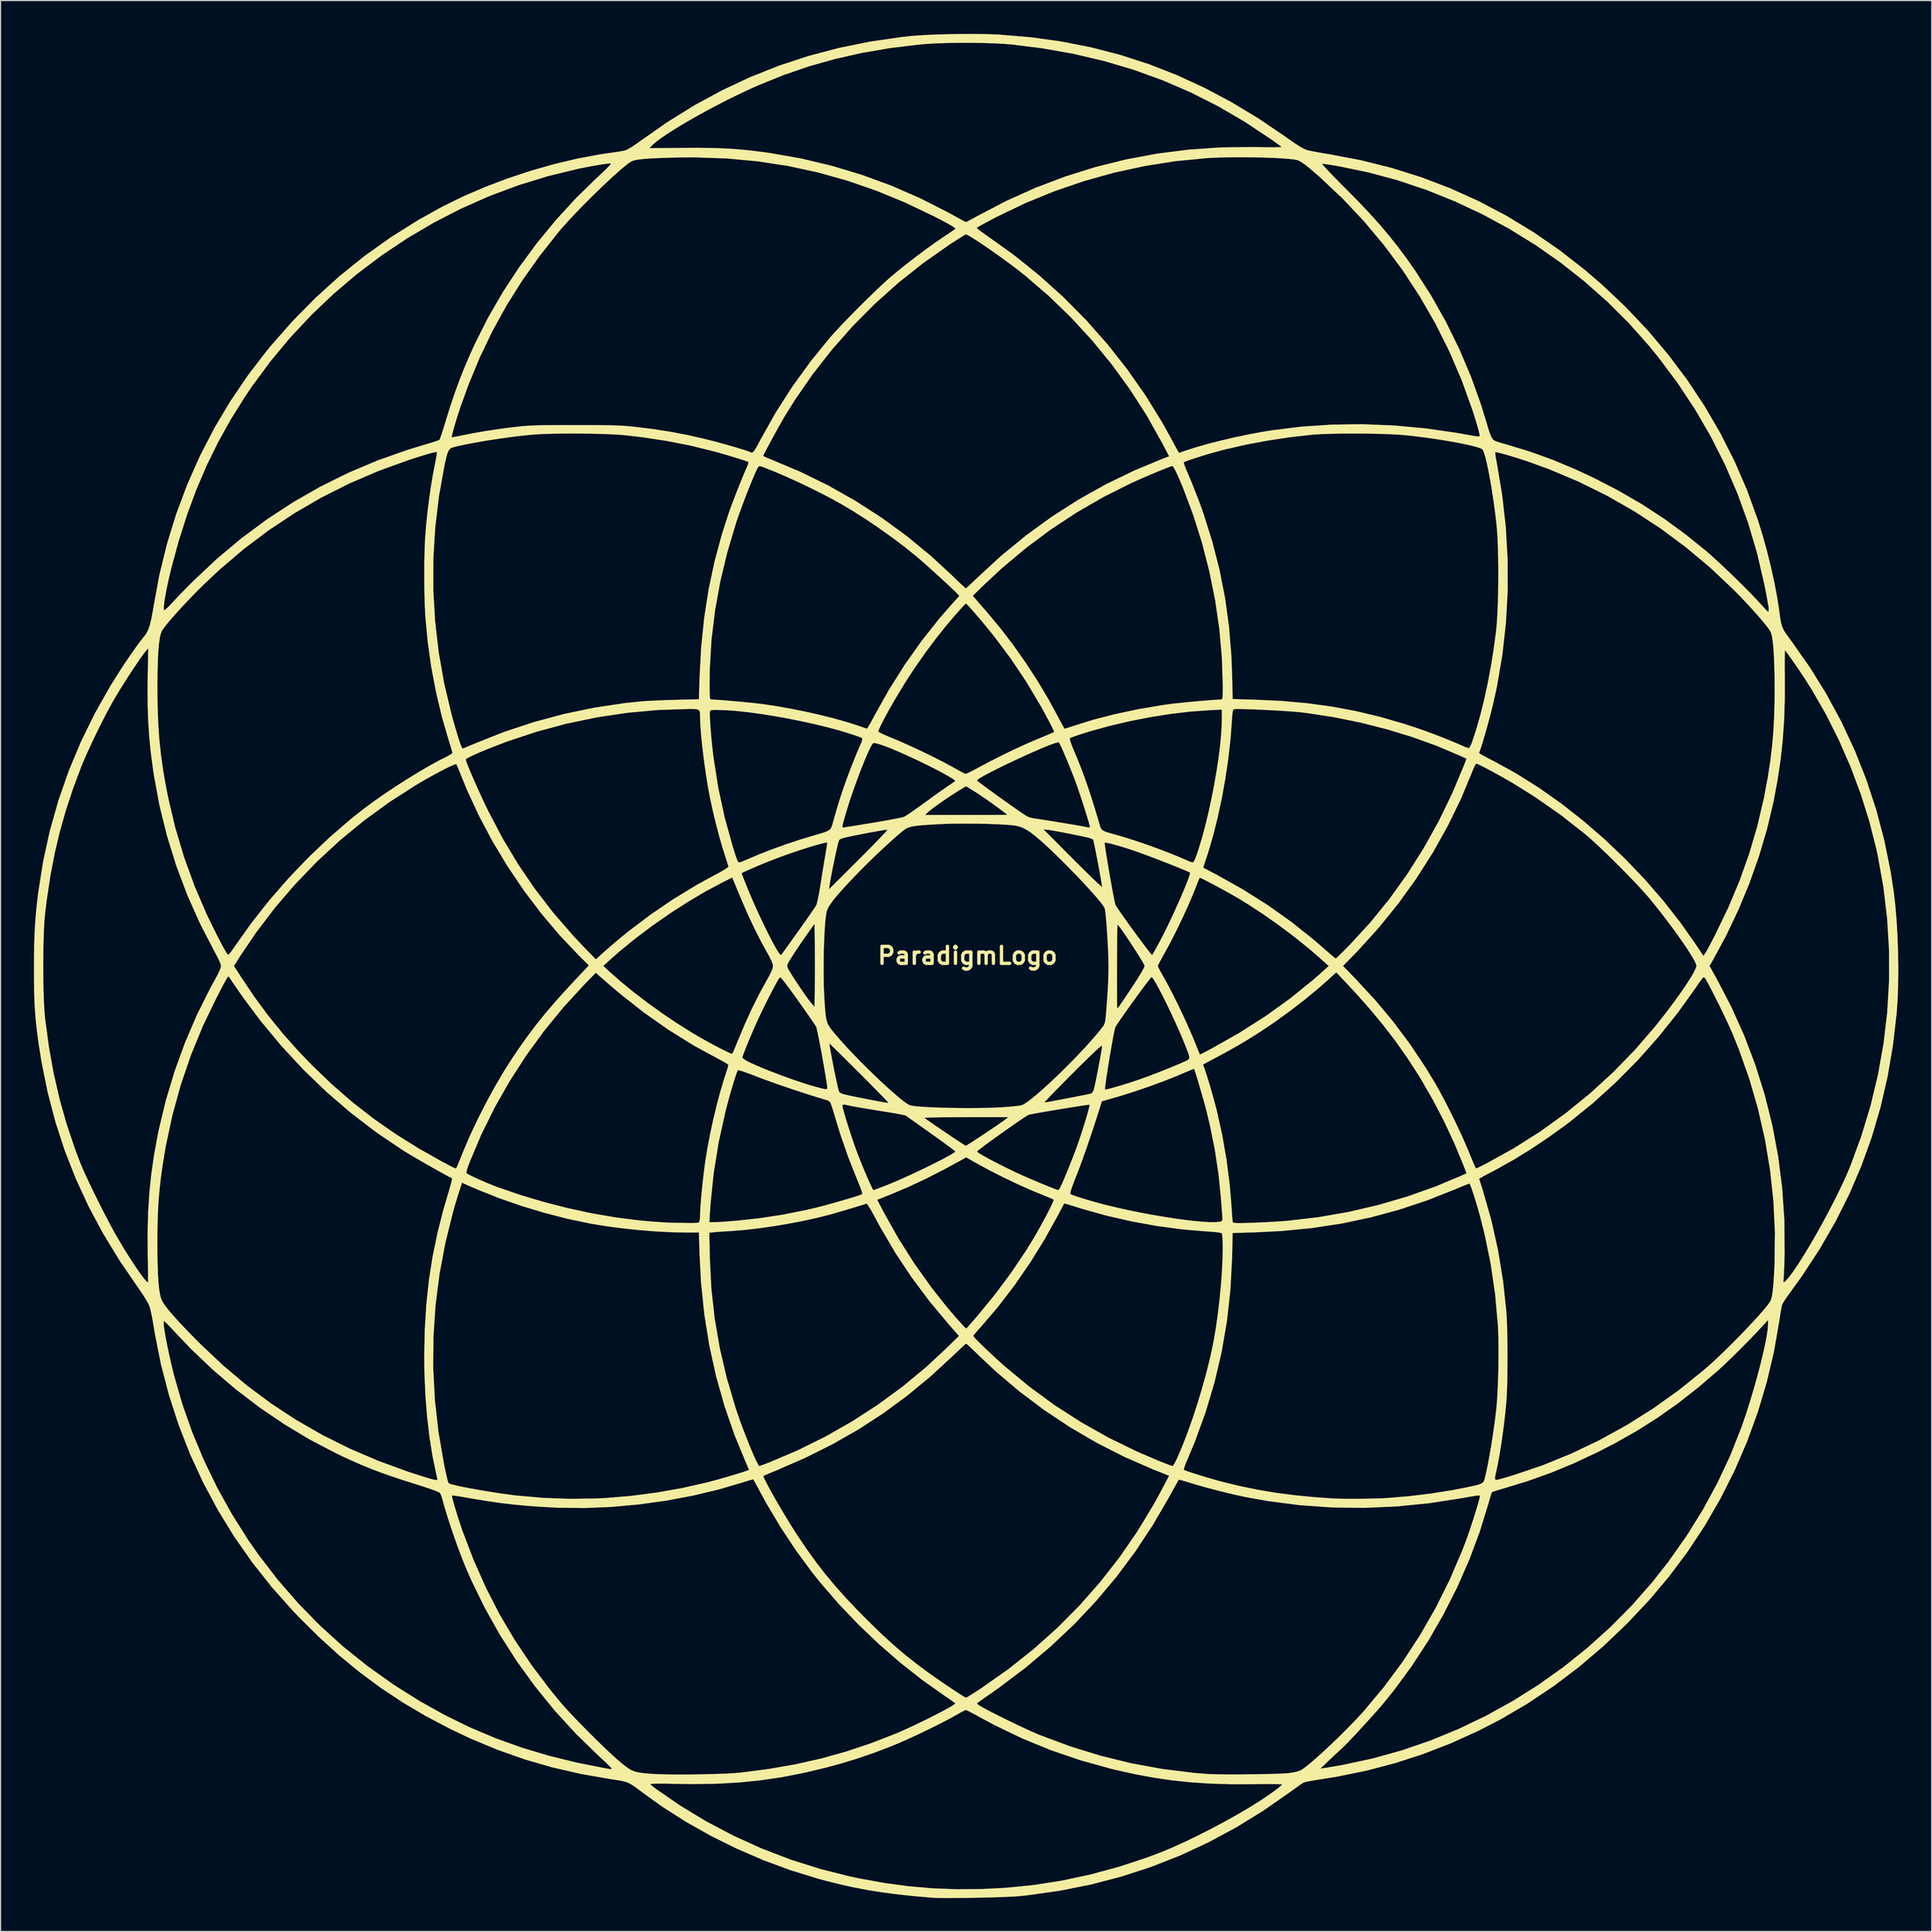
<source format=kicad_pcb>
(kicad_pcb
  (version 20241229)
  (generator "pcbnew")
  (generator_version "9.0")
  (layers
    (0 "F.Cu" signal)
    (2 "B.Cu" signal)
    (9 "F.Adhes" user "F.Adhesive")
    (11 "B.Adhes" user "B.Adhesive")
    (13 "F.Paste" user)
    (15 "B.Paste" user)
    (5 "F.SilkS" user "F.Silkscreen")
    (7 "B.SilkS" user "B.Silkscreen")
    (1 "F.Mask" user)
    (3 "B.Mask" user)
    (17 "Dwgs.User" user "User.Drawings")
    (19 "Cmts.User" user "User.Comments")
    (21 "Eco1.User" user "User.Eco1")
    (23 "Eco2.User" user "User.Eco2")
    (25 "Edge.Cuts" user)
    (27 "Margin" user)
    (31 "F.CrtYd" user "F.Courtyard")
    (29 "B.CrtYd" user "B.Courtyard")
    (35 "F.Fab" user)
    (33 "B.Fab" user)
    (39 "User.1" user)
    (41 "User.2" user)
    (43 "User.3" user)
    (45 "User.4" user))
  (footprint "ParadigmLogo"
    (layer "F.Cu")
    (at 83.948 82.877)
    (property "Reference" "ParadigmLogo" (at 0 0 0) (layer "F.SilkS") (effects (font (size 1.524 1.524) (thickness 0.3))))
    (attr through_hole)
    (fp_poly (pts (xy 1.008 -82.868) (xy 1.881 -82.852) (xy 2.649 -82.824) (xy 2.844 -82.814) (xy 5.669 -82.577) (xy 8.417 -82.197) (xy 11.097 -81.669) (xy 13.715 -80.993) (xy 16.279 -80.164) (xy 18.798 -79.18) (xy 21.279 -78.039) (xy 23.73 -76.736) (xy 26.158 -75.271) (xy 28.571 -73.639) (xy 28.811 -73.467) (xy 29.41 -73.048) (xy 29.891 -72.739) (xy 30.263 -72.534) (xy 30.504 -72.437) (xy 30.73 -72.382) (xy 31.087 -72.309) (xy 31.539 -72.224) (xy 32.052 -72.134) (xy 32.554 -72.051) (xy 35.371 -71.518) (xy 38.123 -70.828) (xy 40.81 -69.983) (xy 43.429 -68.982) (xy 45.981 -67.826) (xy 48.465 -66.515) (xy 50.88 -65.05) (xy 53.224 -63.432) (xy 55.497 -61.659) (xy 57.052 -60.322) (xy 59.172 -58.317) (xy 61.157 -56.217) (xy 63.005 -54.026) (xy 64.713 -51.748) (xy 66.276 -49.389) (xy 67.694 -46.953) (xy 68.961 -44.444) (xy 70.076 -41.868) (xy 71.035 -39.228) (xy 71.112 -38.992) (xy 71.507 -37.705) (xy 71.88 -36.355) (xy 72.22 -34.984) (xy 72.52 -33.635) (xy 72.768 -32.349) (xy 72.955 -31.167) (xy 72.979 -30.988) (xy 73.052 -30.446) (xy 73.12 -30.032) (xy 73.199 -29.703) (xy 73.307 -29.418) (xy 73.46 -29.138) (xy 73.674 -28.82) (xy 73.965 -28.423) (xy 74.057 -28.301) (xy 75.711 -25.951) (xy 77.215 -23.526) (xy 78.566 -21.028) (xy 79.763 -18.46) (xy 80.806 -15.826) (xy 81.692 -13.128) (xy 82.422 -10.369) (xy 82.992 -7.553) (xy 83.266 -5.779) (xy 83.41 -4.541) (xy 83.525 -3.183) (xy 83.609 -1.747) (xy 83.661 -0.274) (xy 83.68 1.196) (xy 83.666 2.623) (xy 83.617 3.965) (xy 83.534 5.165) (xy 83.199 8.062) (xy 82.717 10.877) (xy 82.087 13.614) (xy 81.305 16.281) (xy 80.37 18.882) (xy 79.28 21.424) (xy 78.033 23.912) (xy 76.626 26.351) (xy 75.057 28.749) (xy 74.115 30.063) (xy 73.836 30.447) (xy 73.59 30.798) (xy 73.396 31.087) (xy 73.275 31.286) (xy 73.247 31.343) (xy 73.206 31.501) (xy 73.149 31.791) (xy 73.083 32.176) (xy 73.013 32.622) (xy 72.984 32.818) (xy 72.5 35.601) (xy 71.854 38.345) (xy 71.048 41.043) (xy 70.086 43.686) (xy 68.973 46.267) (xy 67.711 48.779) (xy 66.304 51.213) (xy 64.756 53.563) (xy 63.069 55.82) (xy 61.308 57.912) (xy 59.269 60.077) (xy 57.15 62.094) (xy 54.954 63.964) (xy 52.68 65.684) (xy 50.331 67.254) (xy 47.909 68.672) (xy 45.936 69.688) (xy 43.458 70.811) (xy 40.967 71.778) (xy 38.441 72.598) (xy 35.858 73.276) (xy 33.195 73.819) (xy 31.554 74.083) (xy 31.112 74.152) (xy 30.719 74.222) (xy 30.41 74.287) (xy 30.223 74.339) (xy 30.199 74.349) (xy 30.068 74.432) (xy 29.83 74.595) (xy 29.514 74.819) (xy 29.148 75.084) (xy 28.956 75.225) (xy 26.567 76.888) (xy 24.129 78.388) (xy 21.638 79.729) (xy 19.092 80.91) (xy 16.486 81.934) (xy 13.818 82.801) (xy 11.084 83.514) (xy 8.28 84.073) (xy 5.403 84.479) (xy 4.784 84.546) (xy 4.402 84.577) (xy 3.884 84.606) (xy 3.256 84.633) (xy 2.546 84.658) (xy 1.778 84.68) (xy 0.98 84.698) (xy 0.177 84.713) (xy -0.604 84.723) (xy -1.337 84.728) (xy -1.996 84.728) (xy -2.554 84.722) (xy -2.985 84.709) (xy -3.175 84.698) (xy -4.779 84.56) (xy -6.247 84.405) (xy -7.611 84.228) (xy -8.906 84.024) (xy -10.163 83.786) (xy -11.415 83.51) (xy -12.696 83.19) (xy -13.489 82.975) (xy -15.937 82.219) (xy -18.367 81.32) (xy -20.756 80.289) (xy -23.081 79.137) (xy -25.321 77.875) (xy -27.452 76.514) (xy -29.114 75.324) (xy -29.574 74.976) (xy -29.932 74.713) (xy -30.224 74.52) (xy -30.306 74.477) (xy -28.529 74.477) (xy -28.465 74.562) (xy -28.3 74.709) (xy -28.131 74.84) (xy -25.847 76.417) (xy -23.471 77.855) (xy -21.012 79.148) (xy -18.479 80.294) (xy -15.88 81.288) (xy -13.225 82.126) (xy -10.522 82.805) (xy -9.739 82.969) (xy -7.48 83.377) (xy -5.291 83.673) (xy -3.128 83.861) (xy -0.95 83.942) (xy 1.286 83.92) (xy 3.387 83.814) (xy 5.914 83.566) (xy 8.475 83.165) (xy 11.042 82.617) (xy 13.589 81.929) (xy 16.089 81.107) (xy 17.357 80.63) (xy 18.358 80.214) (xy 19.461 79.716) (xy 20.631 79.153) (xy 21.833 78.545) (xy 23.031 77.908) (xy 24.191 77.262) (xy 25.279 76.624) (xy 26.259 76.013) (xy 26.331 75.966) (xy 26.801 75.654) (xy 27.24 75.349) (xy 27.628 75.069) (xy 27.943 74.829) (xy 28.165 74.644) (xy 28.272 74.531) (xy 28.279 74.512) (xy 28.197 74.5) (xy 27.967 74.491) (xy 27.607 74.485) (xy 27.139 74.483) (xy 26.581 74.484) (xy 25.955 74.489) (xy 25.59 74.493) (xy 23.642 74.494) (xy 21.82 74.439) (xy 20.086 74.326) (xy 18.405 74.15) (xy 16.741 73.908) (xy 15.058 73.595) (xy 13.32 73.207) (xy 12.891 73.103) (xy 10.147 72.341) (xy 7.486 71.432) (xy 4.904 70.374) (xy 2.4 69.167) (xy 1.24 68.543) (xy 0.812 68.308) (xy 0.433 68.104) (xy 0.129 67.946) (xy -0.076 67.847) (xy -0.152 67.818) (xy -0.259 67.858) (xy -0.475 67.967) (xy -0.767 68.126) (xy -0.988 68.252) (xy -1.557 68.569) (xy -2.246 68.932) (xy -3.019 69.322) (xy -3.841 69.724) (xy -4.674 70.118) (xy -5.482 70.489) (xy -6.229 70.818) (xy -6.879 71.087) (xy -6.9 71.095) (xy -8.443 71.681) (xy -9.921 72.189) (xy -11.407 72.641) (xy -12.827 73.025) (xy -14.797 73.491) (xy -16.715 73.863) (xy -18.617 74.144) (xy -20.54 74.338) (xy -22.52 74.45) (xy -24.592 74.484) (xy -26.056 74.464) (xy -26.684 74.451) (xy -27.253 74.444) (xy -27.742 74.443) (xy -28.131 74.447) (xy -28.398 74.456) (xy -28.523 74.471) (xy -28.529 74.477) (xy -30.306 74.477) (xy -30.484 74.381) (xy -30.748 74.281) (xy -31.05 74.205) (xy -31.425 74.138) (xy -31.909 74.065) (xy -32.089 74.038) (xy -34.761 73.572) (xy -37.334 72.981) (xy -39.832 72.258) (xy -42.279 71.395) (xy -44.698 70.386) (xy -46.567 69.498) (xy -48.735 68.353) (xy -50.794 67.135) (xy -52.766 65.828) (xy -54.67 64.417) (xy -56.527 62.887) (xy -58.357 61.223) (xy -60.179 59.41) (xy -60.639 58.928) (xy -62.544 56.792) (xy -64.308 54.564) (xy -65.929 52.247) (xy -67.404 49.847) (xy -68.731 47.368) (xy -69.909 44.814) (xy -70.935 42.189) (xy -71.808 39.497) (xy -72.524 36.744) (xy -73.083 33.932) (xy -73.189 33.274) (xy -73.247 32.93) (xy -72.284 32.93) (xy -72.278 33.155) (xy -72.238 33.509) (xy -72.166 33.974) (xy -72.066 34.532) (xy -71.941 35.164) (xy -71.794 35.854) (xy -71.63 36.583) (xy -71.45 37.334) (xy -71.332 37.804) (xy -70.598 40.349) (xy -69.703 42.883) (xy -68.657 45.385) (xy -67.468 47.837) (xy -66.145 50.22) (xy -64.697 52.516) (xy -63.769 53.848) (xy -62.039 56.099) (xy -60.194 58.226) (xy -58.233 60.23) (xy -56.153 62.114) (xy -53.953 63.88) (xy -51.629 65.531) (xy -51.435 65.659) (xy -49.231 67.041) (xy -47.012 68.28) (xy -44.762 69.382) (xy -42.461 70.355) (xy -40.091 71.207) (xy -37.635 71.943) (xy -35.073 72.571) (xy -32.427 73.092) (xy -32.175 73.132) (xy -32.048 73.135) (xy -32.006 73.101) (xy -32.004 73.082) (xy -32.064 73.006) (xy -32.23 72.835) (xy -32.484 72.588) (xy -32.806 72.282) (xy -33.178 71.937) (xy -33.23 71.889) (xy -35.225 69.948) (xy -37.112 67.885) (xy -38.883 65.71) (xy -40.528 63.437) (xy -42.039 61.077) (xy -43.408 58.643) (xy -44.625 56.147) (xy -45.111 55.033) (xy -45.439 54.22) (xy -45.782 53.314) (xy -46.127 52.357) (xy -46.458 51.389) (xy -46.762 50.451) (xy -47.025 49.585) (xy -47.232 48.831) (xy -47.238 48.808) (xy -47.321 48.551) (xy -47.328 48.536) (xy -46.362 48.536) (xy -46.357 48.632) (xy -46.305 48.864) (xy -46.214 49.206) (xy -46.09 49.632) (xy -45.943 50.117) (xy -45.779 50.637) (xy -45.606 51.166) (xy -45.431 51.678) (xy -45.393 51.786) (xy -44.397 54.388) (xy -43.29 56.873) (xy -42.062 59.257) (xy -40.702 61.558) (xy -39.201 63.794) (xy -37.547 65.983) (xy -36.597 67.141) (xy -36.211 67.582) (xy -35.723 68.112) (xy -35.16 68.706) (xy -34.545 69.338) (xy -33.904 69.984) (xy -33.261 70.62) (xy -32.642 71.219) (xy -32.071 71.758) (xy -31.573 72.211) (xy -31.335 72.418) (xy -30.916 72.767) (xy -30.569 73.03) (xy -30.255 73.22) (xy -29.935 73.352) (xy -29.573 73.442) (xy -29.13 73.504) (xy -28.568 73.553) (xy -28.363 73.567) (xy -27.832 73.594) (xy -27.171 73.613) (xy -26.409 73.623) (xy -25.577 73.625) (xy -24.706 73.619) (xy -23.827 73.606) (xy -22.968 73.586) (xy -22.161 73.56) (xy -21.436 73.528) (xy -20.824 73.49) (xy -20.405 73.454) (xy -17.894 73.13) (xy -15.498 72.713) (xy -13.187 72.194) (xy -10.93 71.565) (xy -8.696 70.818) (xy -6.456 69.947) (xy -6.435 69.938) (xy -5.93 69.721) (xy -5.372 69.47) (xy -4.779 69.194) (xy -4.172 68.903) (xy -3.57 68.607) (xy -2.992 68.316) (xy -2.457 68.04) (xy -1.985 67.788) (xy -1.595 67.57) (xy -1.306 67.397) (xy -1.139 67.277) (xy -1.104 67.231) (xy -1.132 67.205) (xy 0.848 67.205) (xy 0.85 67.255) (xy 0.947 67.342) (xy 1.148 67.473) (xy 1.463 67.653) (xy 1.901 67.888) (xy 2.473 68.182) (xy 3.188 68.541) (xy 3.26 68.577) (xy 3.88 68.881) (xy 4.526 69.19) (xy 5.158 69.486) (xy 5.738 69.751) (xy 6.23 69.967) (xy 6.477 70.07) (xy 9.192 71.083) (xy 11.93 71.93) (xy 14.698 72.61) (xy 17.5 73.125) (xy 20.34 73.477) (xy 21.548 73.576) (xy 21.926 73.595) (xy 22.44 73.608) (xy 23.06 73.615) (xy 23.759 73.618) (xy 24.51 73.616) (xy 25.285 73.61) (xy 26.056 73.6) (xy 26.795 73.586) (xy 27.475 73.568) (xy 28.069 73.548) (xy 28.547 73.524) (xy 28.879 73.499) (xy 29.308 73.436) (xy 29.686 73.347) (xy 29.942 73.252) (xy 30.192 73.094) (xy 30.195 73.091) (xy 31.719 73.091) (xy 32.136 73.033) (xy 32.376 72.996) (xy 32.737 72.936) (xy 33.174 72.861) (xy 33.642 72.777) (xy 33.74 72.76) (xy 36.407 72.189) (xy 39.038 71.457) (xy 41.624 70.568) (xy 44.157 69.526) (xy 46.63 68.338) (xy 49.035 67.008) (xy 51.362 65.54) (xy 53.606 63.94) (xy 55.757 62.213) (xy 57.808 60.364) (xy 59.751 58.397) (xy 61.577 56.318) (xy 63.02 54.483) (xy 64.652 52.165) (xy 66.126 49.793) (xy 67.44 47.372) (xy 68.594 44.904) (xy 69.585 42.392) (xy 69.783 41.825) (xy 70.087 40.913) (xy 70.385 39.966) (xy 70.671 39.005) (xy 70.942 38.049) (xy 71.192 37.118) (xy 71.415 36.232) (xy 71.607 35.411) (xy 71.764 34.674) (xy 71.879 34.04) (xy 71.948 33.531) (xy 71.967 33.215) (xy 71.967 32.756) (xy 71.483 33.29) (xy 71.074 33.732) (xy 70.58 34.249) (xy 70.031 34.812) (xy 69.456 35.391) (xy 68.884 35.958) (xy 68.344 36.484) (xy 67.864 36.939) (xy 67.522 37.253) (xy 65.707 38.811) (xy 63.9 40.227) (xy 62.069 41.522) (xy 60.182 42.718) (xy 58.206 43.837) (xy 56.6 44.662) (xy 54.518 45.636) (xy 52.473 46.483) (xy 50.417 47.221) (xy 48.389 47.844) (xy 47.965 47.967) (xy 47.6 48.079) (xy 47.324 48.169) (xy 47.17 48.228) (xy 47.148 48.241) (xy 47.104 48.342) (xy 47.028 48.573) (xy 46.93 48.899) (xy 46.823 49.276) (xy 46.045 51.801) (xy 45.107 54.311) (xy 44.019 56.79) (xy 42.789 59.22) (xy 41.427 61.584) (xy 39.941 63.863) (xy 38.342 66.04) (xy 37.385 67.225) (xy 37.1 67.56) (xy 36.743 67.966) (xy 36.335 68.423) (xy 35.896 68.908) (xy 35.443 69.402) (xy 34.998 69.883) (xy 34.58 70.329) (xy 34.207 70.721) (xy 33.9 71.036) (xy 33.678 71.254) (xy 33.616 71.309) (xy 33.438 71.469) (xy 33.173 71.714) (xy 32.857 72.009) (xy 32.525 72.323) (xy 32.517 72.331) (xy 31.719 73.091) (xy 30.195 73.091) (xy 30.541 72.827) (xy 30.974 72.469) (xy 31.473 72.033) (xy 32.021 71.536) (xy 32.603 70.993) (xy 33.202 70.42) (xy 33.801 69.831) (xy 34.384 69.244) (xy 34.934 68.672) (xy 35.435 68.132) (xy 35.585 67.965) (xy 37.408 65.792) (xy 39.101 63.514) (xy 40.657 61.137) (xy 42.075 58.667) (xy 43.35 56.112) (xy 44.479 53.478) (xy 44.76 52.747) (xy 44.916 52.319) (xy 45.089 51.822) (xy 45.27 51.285) (xy 45.45 50.734) (xy 45.622 50.194) (xy 45.776 49.695) (xy 45.905 49.26) (xy 45.999 48.919) (xy 46.051 48.697) (xy 46.059 48.637) (xy 46.058 48.583) (xy 46.039 48.547) (xy 45.981 48.53) (xy 45.862 48.534) (xy 45.658 48.561) (xy 45.348 48.613) (xy 44.909 48.691) (xy 44.512 48.764) (xy 41.529 49.225) (xy 38.576 49.52) (xy 35.649 49.648) (xy 32.747 49.61) (xy 29.866 49.406) (xy 27.005 49.036) (xy 25.019 48.679) (xy 24.193 48.502) (xy 23.276 48.287) (xy 22.321 48.048) (xy 21.383 47.798) (xy 20.516 47.552) (xy 19.942 47.377) (xy 19.574 47.263) (xy 19.269 47.175) (xy 19.061 47.122) (xy 18.984 47.112) (xy 18.937 47.192) (xy 18.821 47.398) (xy 18.649 47.707) (xy 18.434 48.098) (xy 18.189 48.546) (xy 18.13 48.653) (xy 16.669 51.164) (xy 15.088 53.561) (xy 13.383 55.849) (xy 11.549 58.031) (xy 9.584 60.113) (xy 7.484 62.097) (xy 5.245 63.988) (xy 2.864 65.789) (xy 2.244 66.228) (xy 1.824 66.521) (xy 1.452 66.781) (xy 1.152 66.991) (xy 0.944 67.137) (xy 0.85 67.203) (xy 0.848 67.205) (xy -1.132 67.205) (xy -1.171 67.169) (xy -1.354 67.033) (xy -1.627 66.841) (xy -1.964 66.612) (xy -2.056 66.55) (xy -4.046 65.144) (xy -6.017 63.592) (xy -7.944 61.92) (xy -9.8 60.151) (xy -11.561 58.309) (xy -13.199 56.418) (xy -13.968 55.457) (xy -15.415 53.493) (xy -16.793 51.416) (xy -18.069 49.277) (xy -18.626 48.26) (xy -18.838 47.863) (xy -19.022 47.521) (xy -19.163 47.263) (xy -19.247 47.113) (xy -19.264 47.087) (xy -19.351 47.099) (xy -19.563 47.155) (xy -19.864 47.246) (xy -20.082 47.315) (xy -22.334 47.983) (xy -24.686 48.545) (xy -27.106 48.999) (xy -29.559 49.339) (xy -32.012 49.562) (xy -34.432 49.662) (xy -36.785 49.635) (xy -37.191 49.617) (xy -38.544 49.54) (xy -39.777 49.448) (xy -40.94 49.336) (xy -42.08 49.198) (xy -43.248 49.029) (xy -44.492 48.823) (xy -44.858 48.759) (xy -45.335 48.676) (xy -45.751 48.609) (xy -46.079 48.561) (xy -46.292 48.535) (xy -46.362 48.536) (xy -47.328 48.536) (xy -47.417 48.345) (xy -47.437 48.314) (xy -47.561 48.233) (xy -47.842 48.113) (xy -48.273 47.955) (xy -48.846 47.762) (xy -49.534 47.544) (xy -50.723 47.167) (xy -51.781 46.816) (xy -52.742 46.476) (xy -53.64 46.135) (xy -54.508 45.78) (xy -55.382 45.397) (xy -56.295 44.973) (xy -56.811 44.725) (xy -59.138 43.507) (xy -61.426 42.134) (xy -63.655 40.62) (xy -65.81 38.977) (xy -67.873 37.218) (xy -69.826 35.357) (xy -71.061 34.063) (xy -71.409 33.688) (xy -71.72 33.361) (xy -71.976 33.099) (xy -72.159 32.923) (xy -72.248 32.851) (xy -72.251 32.851) (xy -72.284 32.93) (xy -73.247 32.93) (xy -73.273 32.776) (xy -73.367 32.294) (xy -73.461 31.874) (xy -73.546 31.56) (xy -73.575 31.474) (xy -73.694 31.224) (xy -73.898 30.872) (xy -74.167 30.448) (xy -74.483 29.981) (xy -74.656 29.738) (xy -76.281 27.355) (xy -77.742 24.952) (xy -79.042 22.519) (xy -80.184 20.047) (xy -81.173 17.526) (xy -82.013 14.946) (xy -82.707 12.298) (xy -83.26 9.572) (xy -83.519 7.94) (xy -83.637 7.077) (xy -83.732 6.287) (xy -83.806 5.534) (xy -83.862 4.786) (xy -83.902 4.006) (xy -83.927 3.162) (xy -83.94 2.219) (xy -83.942 1.311) (xy -83.112 1.311) (xy -83.102 2.293) (xy -83.083 3.233) (xy -83.052 4.101) (xy -83.012 4.868) (xy -82.961 5.503) (xy -82.947 5.63) (xy -82.61 8.152) (xy -82.179 10.558) (xy -81.648 12.878) (xy -81.008 15.144) (xy -80.254 17.384) (xy -79.791 18.607) (xy -79.591 19.086) (xy -79.323 19.685) (xy -79.002 20.376) (xy -78.64 21.13) (xy -78.252 21.919) (xy -77.852 22.716) (xy -77.454 23.491) (xy -77.072 24.216) (xy -76.72 24.864) (xy -76.537 25.188) (xy -76.154 25.843) (xy -75.764 26.489) (xy -75.375 27.109) (xy -75.001 27.687) (xy -74.652 28.206) (xy -74.338 28.65) (xy -74.072 29.003) (xy -73.864 29.248) (xy -73.725 29.369) (xy -73.694 29.379) (xy -73.687 29.298) (xy -73.685 29.069) (xy -73.686 28.712) (xy -73.691 28.249) (xy -73.699 27.7) (xy -73.71 27.086) (xy -73.713 26.903) (xy -73.721 25.696) (xy -72.848 25.696) (xy -72.843 26.843) (xy -72.826 27.831) (xy -72.796 28.672) (xy -72.751 29.377) (xy -72.693 29.957) (xy -72.618 30.423) (xy -72.527 30.786) (xy -72.431 31.03) (xy -72.242 31.343) (xy -71.927 31.762) (xy -71.49 32.282) (xy -70.935 32.9) (xy -70.265 33.61) (xy -69.485 34.411) (xy -68.929 34.968) (xy -66.898 36.88) (xy -64.799 38.645) (xy -62.623 40.266) (xy -60.363 41.75) (xy -58.01 43.1) (xy -55.558 44.321) (xy -52.998 45.418) (xy -50.322 46.396) (xy -49.409 46.694) (xy -48.822 46.878) (xy -48.378 47.011) (xy -48.059 47.098) (xy -47.847 47.142) (xy -47.724 47.148) (xy -47.673 47.119) (xy -47.669 47.096) (xy -47.687 46.986) (xy -47.735 46.762) (xy -47.792 46.514) (xy -48.113 44.969) (xy -48.379 43.291) (xy -48.589 41.506) (xy -48.74 39.644) (xy -48.828 37.731) (xy -48.837 37.112) (xy -48.048 37.112) (xy -47.898 39.952) (xy -47.578 42.798) (xy -47.09 45.651) (xy -46.857 46.75) (xy -46.782 47.058) (xy -46.714 47.299) (xy -46.665 47.427) (xy -46.66 47.433) (xy -46.536 47.492) (xy -46.266 47.57) (xy -45.87 47.663) (xy -45.37 47.769) (xy -44.786 47.883) (xy -44.14 48.001) (xy -43.453 48.119) (xy -42.746 48.235) (xy -42.04 48.343) (xy -41.357 48.44) (xy -40.717 48.523) (xy -40.471 48.551) (xy -38.196 48.749) (xy -35.862 48.836) (xy -33.541 48.812) (xy -32.536 48.765) (xy -30.261 48.575) (xy -27.959 48.275) (xy -25.683 47.873) (xy -23.488 47.377) (xy -22.976 47.244) (xy -22.505 47.116) (xy -21.984 46.968) (xy -21.448 46.812) (xy -21.323 46.775) (xy -18.355 46.775) (xy -18.339 46.871) (xy -18.244 47.092) (xy -18.079 47.421) (xy -17.857 47.841) (xy -17.586 48.332) (xy -17.278 48.877) (xy -16.941 49.458) (xy -16.588 50.057) (xy -16.227 50.656) (xy -15.87 51.237) (xy -15.526 51.782) (xy -15.261 52.19) (xy -14.431 53.414) (xy -13.615 54.545) (xy -12.785 55.617) (xy -11.916 56.661) (xy -10.978 57.712) (xy -9.946 58.803) (xy -9.191 59.568) (xy -8.351 60.398) (xy -7.59 61.127) (xy -6.875 61.783) (xy -6.177 62.393) (xy -5.463 62.985) (xy -4.702 63.586) (xy -4.145 64.012) (xy -3.783 64.28) (xy -3.358 64.586) (xy -2.89 64.916) (xy -2.401 65.255) (xy -1.912 65.59) (xy -1.443 65.906) (xy -1.015 66.189) (xy -0.65 66.425) (xy -0.368 66.6) (xy -0.19 66.7) (xy -0.142 66.717) (xy -0.048 66.673) (xy 0.163 66.548) (xy 0.468 66.359) (xy 0.842 66.119) (xy 1.262 65.843) (xy 3.641 64.17) (xy 5.895 62.383) (xy 8.024 60.484) (xy 10.025 58.473) (xy 11.899 56.351) (xy 13.643 54.121) (xy 15.257 51.784) (xy 16.739 49.34) (xy 17.539 47.871) (xy 18.119 46.763) (xy 16.658 46.178) (xy 16.657 46.178) (xy 19.444 46.178) (xy 19.448 46.235) (xy 19.553 46.284) (xy 19.793 46.371) (xy 20.14 46.487) (xy 20.565 46.623) (xy 21.041 46.771) (xy 21.539 46.921) (xy 22.033 47.066) (xy 22.493 47.197) (xy 22.857 47.295) (xy 24.5 47.694) (xy 26.121 48.027) (xy 27.758 48.3) (xy 29.451 48.52) (xy 31.239 48.692) (xy 32.724 48.796) (xy 33.234 48.818) (xy 33.871 48.831) (xy 34.593 48.836) (xy 35.359 48.833) (xy 36.125 48.822) (xy 36.851 48.803) (xy 37.495 48.777) (xy 37.701 48.766) (xy 39.626 48.609) (xy 41.612 48.369) (xy 43.581 48.057) (xy 44.985 47.785) (xy 45.498 47.673) (xy 45.87 47.581) (xy 46.127 47.494) (xy 46.294 47.403) (xy 46.396 47.293) (xy 46.459 47.154) (xy 46.482 47.074) (xy 46.611 46.544) (xy 46.752 45.877) (xy 46.898 45.106) (xy 47.046 44.263) (xy 47.188 43.381) (xy 47.32 42.492) (xy 47.437 41.628) (xy 47.533 40.822) (xy 47.543 40.725) (xy 47.603 40.038) (xy 47.652 39.22) (xy 47.691 38.307) (xy 47.719 37.338) (xy 47.735 36.35) (xy 47.738 35.381) (xy 47.727 34.468) (xy 47.703 33.648) (xy 47.677 33.147) (xy 47.426 30.377) (xy 47.028 27.674) (xy 46.48 25.013) (xy 46.095 23.495) (xy 45.927 22.889) (xy 45.757 22.306) (xy 45.593 21.768) (xy 45.441 21.297) (xy 45.309 20.914) (xy 45.204 20.643) (xy 45.133 20.503) (xy 45.115 20.489) (xy 45.016 20.521) (xy 44.791 20.608) (xy 44.469 20.739) (xy 44.078 20.903) (xy 43.88 20.987) (xy 41.347 21.99) (xy 38.799 22.839) (xy 36.221 23.537) (xy 33.597 24.089) (xy 30.912 24.495) (xy 28.153 24.761) (xy 25.823 24.876) (xy 23.834 24.934) (xy 23.781 27.178) (xy 23.631 30.039) (xy 23.317 32.859) (xy 22.839 35.639) (xy 22.196 38.379) (xy 21.388 41.081) (xy 20.415 43.746) (xy 19.732 45.373) (xy 19.592 45.71) (xy 19.492 45.99) (xy 19.444 46.178) (xy 16.657 46.178) (xy 14.115 45.069) (xy 11.631 43.807) (xy 9.218 42.398) (xy 6.889 40.851) (xy 4.658 39.174) (xy 2.535 37.376) (xy 1.046 35.977) (xy 0.691 35.63) (xy 0.375 35.329) (xy 0.12 35.091) (xy -0.055 34.936) (xy -0.129 34.883) (xy -0.207 34.939) (xy -0.385 35.095) (xy -0.644 35.333) (xy -0.962 35.633) (xy -1.305 35.962) (xy -3.332 37.83) (xy -5.412 39.548) (xy -7.56 41.128) (xy -9.792 42.579) (xy -12.122 43.911) (xy -14.566 45.134) (xy -17.097 46.24) (xy -17.518 46.413) (xy -17.882 46.565) (xy -18.159 46.684) (xy -18.323 46.758) (xy -18.355 46.775) (xy -21.323 46.775) (xy -20.933 46.659) (xy -20.475 46.519) (xy -20.11 46.402) (xy -19.876 46.321) (xy -19.643 46.232) (xy -19.862 45.743) (xy -20.938 43.138) (xy -21.856 40.491) (xy -22.616 37.796) (xy -23.22 35.048) (xy -23.67 32.24) (xy -23.966 29.366) (xy -24.099 26.818) (xy -24.156 24.907) (xy -23.223 24.907) (xy -23.174 27.249) (xy -23.038 29.947) (xy -22.742 32.617) (xy -22.286 35.274) (xy -21.666 37.929) (xy -20.881 40.595) (xy -20.867 40.636) (xy -20.669 41.227) (xy -20.447 41.855) (xy -20.209 42.499) (xy -19.965 43.14) (xy -19.721 43.758) (xy -19.486 44.335) (xy -19.268 44.849) (xy -19.075 45.281) (xy -18.914 45.611) (xy -18.795 45.821) (xy -18.727 45.889) (xy -18.625 45.86) (xy -18.401 45.781) (xy -18.091 45.665) (xy -17.818 45.56) (xy -15.259 44.471) (xy -12.768 43.236) (xy -10.357 41.862) (xy -8.036 40.356) (xy -5.816 38.726) (xy -3.71 36.979) (xy -2.059 35.447) (xy -0.775 34.194) (xy 0.508 34.194) (xy 0.568 34.281) (xy 0.735 34.465) (xy 0.992 34.726) (xy 1.32 35.049) (xy 1.7 35.415) (xy 2.116 35.808) (xy 2.548 36.208) (xy 2.979 36.6) (xy 3.387 36.964) (xy 5.572 38.77) (xy 7.851 40.436) (xy 10.227 41.964) (xy 12.702 43.354) (xy 15.276 44.608) (xy 17.103 45.39) (xy 17.53 45.561) (xy 17.905 45.707) (xy 18.199 45.817) (xy 18.381 45.879) (xy 18.424 45.889) (xy 18.499 45.817) (xy 18.619 45.624) (xy 18.765 45.345) (xy 18.838 45.191) (xy 19.295 44.13) (xy 19.758 42.936) (xy 20.218 41.646) (xy 20.661 40.295) (xy 21.078 38.918) (xy 21.457 37.553) (xy 21.787 36.233) (xy 22.057 34.996) (xy 22.135 34.591) (xy 22.331 33.425) (xy 22.507 32.172) (xy 22.659 30.877) (xy 22.783 29.582) (xy 22.874 28.33) (xy 22.928 27.165) (xy 22.942 26.331) (xy 22.937 25.885) (xy 22.923 25.494) (xy 22.903 25.193) (xy 22.878 25.014) (xy 22.867 24.986) (xy 22.784 24.934) (xy 22.595 24.89) (xy 22.281 24.851) (xy 21.826 24.815) (xy 21.493 24.794) (xy 19.291 24.609) (xy 17.022 24.304) (xy 14.729 23.886) (xy 12.457 23.365) (xy 10.249 22.747) (xy 9.623 22.55) (xy 9.258 22.435) (xy 8.958 22.346) (xy 8.756 22.292) (xy 8.685 22.282) (xy 8.64 22.363) (xy 8.532 22.566) (xy 8.373 22.865) (xy 8.18 23.231) (xy 8.098 23.388) (xy 6.89 25.557) (xy 5.581 27.663) (xy 4.187 29.68) (xy 2.727 31.583) (xy 1.217 33.348) (xy 1.057 33.523) (xy 0.821 33.788) (xy 0.635 34.009) (xy 0.526 34.156) (xy 0.508 34.194) (xy -0.775 34.194) (xy -0.772 34.192) (xy -1.678 33.161) (xy -3.428 31.066) (xy -5.029 28.922) (xy -6.504 26.7) (xy -7.872 24.369) (xy -8.381 23.424) (xy -8.6 23.02) (xy -8.797 22.684) (xy -8.955 22.438) (xy -9.061 22.308) (xy -9.091 22.293) (xy -9.234 22.341) (xy -9.508 22.426) (xy -9.879 22.54) (xy -10.316 22.672) (xy -10.785 22.813) (xy -11.253 22.952) (xy -11.69 23.081) (xy -12.061 23.188) (xy -12.334 23.266) (xy -12.361 23.273) (xy -13.536 23.57) (xy -14.816 23.851) (xy -16.158 24.108) (xy -17.519 24.334) (xy -18.855 24.523) (xy -20.125 24.667) (xy -21.284 24.759) (xy -21.411 24.766) (xy -21.843 24.792) (xy -22.268 24.82) (xy -22.621 24.847) (xy -22.767 24.861) (xy -23.223 24.907) (xy -24.156 24.907) (xy -24.156 24.892) (xy -25.277 24.892) (xy -26.63 24.865) (xy -28.092 24.788) (xy -29.61 24.666) (xy -31.133 24.503) (xy -32.609 24.305) (xy -33.909 24.089) (xy -35.942 23.664) (xy -38.028 23.128) (xy -40.118 22.496) (xy -42.163 21.784) (xy -44.116 21.007) (xy -44.973 20.63) (xy -45.454 20.412) (xy -45.711 21.191) (xy -45.84 21.598) (xy -45.993 22.099) (xy -46.148 22.626) (xy -46.263 23.03) (xy -46.958 25.83) (xy -47.485 28.638) (xy -47.842 31.455) (xy -48.029 34.28) (xy -48.048 37.112) (xy -48.837 37.112) (xy -48.852 36.069) (xy -48.807 33.683) (xy -48.67 31.408) (xy -48.437 29.214) (xy -48.103 27.065) (xy -47.663 24.931) (xy -47.112 22.776) (xy -46.676 21.299) (xy -46.547 20.865) (xy -46.446 20.492) (xy -46.379 20.208) (xy -46.355 20.04) (xy -46.363 20.007) (xy -46.497 19.945) (xy -46.753 19.81) (xy -47.109 19.616) (xy -47.419 19.444) (xy -45.06 19.444) (xy -45.051 19.548) (xy -45.025 19.579) (xy -44.836 19.69) (xy -44.523 19.847) (xy -44.12 20.036) (xy -43.662 20.241) (xy -43.184 20.446) (xy -42.718 20.636) (xy -42.346 20.78) (xy -40.274 21.497) (xy -38.133 22.139) (xy -35.958 22.698) (xy -33.783 23.166) (xy -31.644 23.536) (xy -29.577 23.798) (xy -28.744 23.875) (xy -28.137 23.923) (xy -27.654 23.958) (xy -27.249 23.984) (xy -26.877 24.002) (xy -26.492 24.014) (xy -26.05 24.023) (xy -25.506 24.03) (xy -25.473 24.03) (xy -24.974 24.035) (xy -24.618 24.035) (xy -24.38 24.025) (xy -24.234 24.004) (xy -24.155 23.967) (xy -24.15 23.961) (xy -23.217 23.961) (xy -22.721 23.96) (xy -22.466 23.952) (xy -22.084 23.931) (xy -21.616 23.899) (xy -21.104 23.86) (xy -20.786 23.833) (xy -18.625 23.598) (xy -16.537 23.275) (xy -14.443 22.85) (xy -13.758 22.69) (xy -13.296 22.575) (xy -12.775 22.438) (xy -12.218 22.286) (xy -11.653 22.127) (xy -11.102 21.968) (xy -11.043 21.95) (xy -8.13 21.95) (xy -7.524 23.104) (xy -6.236 25.399) (xy -4.82 27.634) (xy -3.298 29.777) (xy -1.906 31.538) (xy -1.579 31.927) (xy -1.244 32.316) (xy -0.921 32.685) (xy -0.628 33.012) (xy -0.385 33.276) (xy -0.211 33.454) (xy -0.126 33.527) (xy -0.123 33.528) (xy -0.061 33.467) (xy 0.093 33.297) (xy 0.322 33.037) (xy 0.609 32.707) (xy 0.937 32.328) (xy 0.971 32.288) (xy 2.493 30.428) (xy 3.93 28.494) (xy 5.248 26.532) (xy 5.828 25.595) (xy 6.121 25.099) (xy 6.42 24.576) (xy 6.713 24.047) (xy 6.99 23.534) (xy 7.239 23.058) (xy 7.45 22.639) (xy 7.611 22.3) (xy 7.712 22.061) (xy 7.741 21.943) (xy 7.738 21.936) (xy 7.629 21.878) (xy 7.403 21.776) (xy 7.098 21.65) (xy 6.943 21.589) (xy 6.276 21.314) (xy 9.237 21.314) (xy 9.238 21.42) (xy 9.252 21.438) (xy 9.412 21.512) (xy 9.708 21.619) (xy 10.112 21.752) (xy 10.595 21.902) (xy 11.128 22.059) (xy 11.683 22.215) (xy 12.233 22.362) (xy 12.515 22.434) (xy 13.512 22.673) (xy 14.539 22.898) (xy 15.578 23.109) (xy 16.612 23.303) (xy 17.624 23.476) (xy 18.598 23.628) (xy 19.515 23.754) (xy 20.359 23.853) (xy 21.113 23.923) (xy 21.759 23.96) (xy 22.281 23.962) (xy 22.661 23.928) (xy 22.752 23.908) (xy 22.858 23.864) (xy 22.908 23.776) (xy 22.915 23.6) (xy 22.9 23.38) (xy 22.879 23.117) (xy 22.849 22.733) (xy 22.814 22.274) (xy 22.777 21.788) (xy 22.769 21.675) (xy 22.559 19.603) (xy 22.232 17.456) (xy 21.796 15.277) (xy 21.498 14.029) (xy 21.411 13.694) (xy 21.296 13.276) (xy 21.163 12.802) (xy 21.019 12.298) (xy 20.872 11.793) (xy 20.73 11.313) (xy 20.601 10.885) (xy 20.492 10.536) (xy 20.413 10.293) (xy 20.37 10.183) (xy 20.368 10.18) (xy 20.283 10.198) (xy 20.088 10.271) (xy 19.844 10.375) (xy 18.778 10.829) (xy 17.596 11.295) (xy 16.349 11.753) (xy 15.088 12.185) (xy 13.864 12.574) (xy 13.212 12.766) (xy 12.072 13.091) (xy 11.862 13.763) (xy 11.498 14.907) (xy 11.125 16.037) (xy 10.756 17.123) (xy 10.399 18.135) (xy 10.066 19.043) (xy 9.787 19.766) (xy 9.558 20.35) (xy 9.393 20.793) (xy 9.288 21.11) (xy 9.237 21.314) (xy 6.276 21.314) (xy 5.765 21.105) (xy 4.512 20.546) (xy 3.242 19.942) (xy 2.013 19.32) (xy 0.883 18.707) (xy 0.762 18.638) (xy -0.127 18.131) (xy -0.508 18.345) (xy -2.165 19.248) (xy -3.735 20.047) (xy -5.25 20.758) (xy -6.743 21.395) (xy -7.007 21.502) (xy -8.13 21.95) (xy -11.043 21.95) (xy -10.592 21.816) (xy -10.148 21.679) (xy -9.795 21.564) (xy -9.557 21.478) (xy -9.463 21.432) (xy -9.474 21.339) (xy -9.543 21.116) (xy -9.661 20.793) (xy -9.818 20.395) (xy -9.956 20.063) (xy -10.739 18.087) (xy -11.441 16.063) (xy -11.855 14.706) (xy -11.994 14.234) (xy -12.125 13.814) (xy -12.23 13.497) (xy -11.261 13.497) (xy -11.235 13.642) (xy -11.163 13.919) (xy -11.054 14.301) (xy -10.916 14.762) (xy -10.757 15.273) (xy -10.587 15.807) (xy -10.413 16.337) (xy -10.245 16.835) (xy -10.09 17.274) (xy -10.069 17.331) (xy -9.887 17.818) (xy -9.682 18.341) (xy -9.466 18.877) (xy -9.248 19.403) (xy -9.038 19.896) (xy -8.847 20.332) (xy -8.683 20.689) (xy -8.557 20.943) (xy -8.479 21.071) (xy -8.464 21.082) (xy -8.366 21.052) (xy -8.139 20.969) (xy -7.81 20.844) (xy -7.407 20.688) (xy -7.098 20.565) (xy -6.585 20.354) (xy -6.012 20.106) (xy -5.399 19.83) (xy -4.763 19.537) (xy -4.124 19.234) (xy -3.5 18.931) (xy -2.91 18.638) (xy -2.372 18.363) (xy -1.905 18.117) (xy -1.528 17.907) (xy -1.26 17.743) (xy -1.118 17.635) (xy -1.103 17.609) (xy 0.847 17.609) (xy 0.92 17.684) (xy 1.126 17.821) (xy 1.445 18.009) (xy 1.858 18.238) (xy 2.343 18.496) (xy 2.882 18.774) (xy 3.454 19.061) (xy 4.04 19.345) (xy 4.502 19.564) (xy 4.877 19.734) (xy 5.319 19.929) (xy 5.804 20.138) (xy 6.303 20.35) (xy 6.792 20.554) (xy 7.243 20.739) (xy 7.631 20.894) (xy 7.928 21.008) (xy 8.11 21.07) (xy 8.147 21.079) (xy 8.224 21.014) (xy 8.327 20.852) (xy 8.335 20.837) (xy 8.459 20.576) (xy 8.629 20.189) (xy 8.831 19.707) (xy 9.054 19.163) (xy 9.284 18.588) (xy 9.509 18.016) (xy 9.714 17.477) (xy 9.888 17.004) (xy 9.943 16.849) (xy 10.107 16.365) (xy 10.277 15.848) (xy 10.444 15.322) (xy 10.6 14.812) (xy 10.739 14.345) (xy 10.852 13.945) (xy 10.932 13.637) (xy 10.972 13.448) (xy 10.972 13.399) (xy 10.883 13.404) (xy 10.651 13.433) (xy 10.301 13.484) (xy 9.856 13.552) (xy 9.34 13.634) (xy 8.777 13.725) (xy 8.191 13.821) (xy 7.607 13.919) (xy 7.049 14.014) (xy 6.539 14.103) (xy 6.103 14.181) (xy 5.764 14.245) (xy 5.547 14.291) (xy 5.49 14.306) (xy 5.368 14.371) (xy 5.136 14.519) (xy 4.811 14.735) (xy 4.416 15.005) (xy 3.968 15.316) (xy 3.488 15.653) (xy 2.995 16.002) (xy 2.509 16.35) (xy 2.051 16.682) (xy 1.639 16.983) (xy 1.294 17.242) (xy 1.034 17.442) (xy 0.881 17.57) (xy 0.847 17.609) (xy -1.103 17.609) (xy -1.101 17.606) (xy -1.167 17.542) (xy -1.356 17.394) (xy -1.65 17.173) (xy -2.033 16.891) (xy -2.488 16.561) (xy -3 16.194) (xy -3.281 15.995) (xy -3.819 15.613) (xy -4.315 15.261) (xy -4.751 14.952) (xy -5.109 14.697) (xy -5.269 14.584) (xy -3.873 14.584) (xy -3.801 14.644) (xy -3.611 14.782) (xy -3.324 14.984) (xy -2.965 15.232) (xy -2.555 15.513) (xy -2.117 15.811) (xy -1.674 16.11) (xy -1.248 16.396) (xy -0.863 16.652) (xy -0.541 16.863) (xy -0.304 17.015) (xy -0.175 17.091) (xy -0.16 17.097) (xy -0.078 17.054) (xy 0.124 16.929) (xy 0.426 16.736) (xy 0.808 16.487) (xy 1.25 16.197) (xy 1.533 16.009) (xy 2.015 15.686) (xy 2.462 15.383) (xy 2.851 15.117) (xy 3.157 14.904) (xy 3.358 14.76) (xy 3.413 14.718) (xy 3.65 14.52) (xy -0.122 14.52) (xy -0.902 14.522) (xy -1.627 14.526) (xy -2.279 14.532) (xy -2.843 14.54) (xy -3.3 14.55) (xy -3.634 14.561) (xy -3.829 14.574) (xy -3.873 14.584) (xy -5.269 14.584) (xy -5.373 14.509) (xy -5.525 14.401) (xy -5.553 14.381) (xy -5.662 14.346) (xy -5.911 14.291) (xy -6.272 14.222) (xy -6.717 14.143) (xy -7.22 14.059) (xy -7.246 14.055) (xy -8.1 13.918) (xy -8.803 13.803) (xy -9.373 13.709) (xy -9.825 13.632) (xy -10.177 13.57) (xy -10.446 13.519) (xy -10.648 13.476) (xy -10.71 13.462) (xy -11.007 13.399) (xy -11.176 13.388) (xy -11.249 13.431) (xy -11.261 13.497) (xy -12.23 13.497) (xy -12.237 13.476) (xy -12.321 13.248) (xy -12.362 13.164) (xy -12.524 13.043) (xy -12.644 12.992) (xy -13.322 12.79) (xy -14.096 12.549) (xy -14.928 12.281) (xy -15.785 11.998) (xy -16.63 11.711) (xy -17.429 11.433) (xy -18.144 11.176) (xy -18.741 10.951) (xy -18.865 10.903) (xy -19.403 10.694) (xy -19.87 10.522) (xy -20.246 10.393) (xy -20.512 10.314) (xy -20.647 10.292) (xy -20.657 10.297) (xy -20.716 10.414) (xy -20.81 10.67) (xy -20.932 11.04) (xy -21.074 11.499) (xy -21.23 12.023) (xy -21.391 12.587) (xy -21.551 13.165) (xy -21.701 13.733) (xy -21.762 13.975) (xy -22.38 16.766) (xy -22.832 19.565) (xy -23.119 22.362) (xy -23.161 23.008) (xy -23.217 23.961) (xy -24.15 23.961) (xy -24.116 23.911) (xy -24.099 23.855) (xy -24.069 23.661) (xy -24.05 23.378) (xy -24.046 23.21) (xy -24.034 22.843) (xy -24.002 22.341) (xy -23.953 21.738) (xy -23.889 21.067) (xy -23.815 20.361) (xy -23.734 19.653) (xy -23.649 18.977) (xy -23.571 18.415) (xy -23.376 17.225) (xy -23.134 15.964) (xy -22.854 14.678) (xy -22.549 13.41) (xy -22.227 12.205) (xy -21.899 11.106) (xy -21.766 10.698) (xy -21.653 10.355) (xy -21.565 10.069) (xy -21.514 9.88) (xy -21.505 9.831) (xy -21.576 9.755) (xy -21.766 9.628) (xy -22.041 9.472) (xy -22.203 9.388) (xy -22.674 9.133) (xy -20.252 9.133) (xy -20.19 9.243) (xy -19.966 9.4) (xy -19.579 9.604) (xy -19.03 9.856) (xy -18.319 10.155) (xy -17.695 10.404) (xy -16.714 10.779) (xy -15.758 11.124) (xy -14.862 11.429) (xy -14.057 11.681) (xy -13.462 11.848) (xy -13.082 11.944) (xy -12.837 11.997) (xy -12.697 12.006) (xy -12.632 11.974) (xy -12.616 11.901) (xy -12.615 11.882) (xy -12.63 11.714) (xy -12.673 11.41) (xy -12.737 10.996) (xy -12.82 10.498) (xy -12.916 9.94) (xy -13.02 9.349) (xy -13.129 8.749) (xy -13.237 8.166) (xy -13.287 7.904) (xy -12.42 7.904) (xy -12.417 7.996) (xy -12.383 8.227) (xy -12.325 8.569) (xy -12.247 8.997) (xy -12.154 9.481) (xy -12.053 9.997) (xy -11.948 10.517) (xy -11.845 11.014) (xy -11.75 11.461) (xy -11.666 11.831) (xy -11.601 12.097) (xy -11.559 12.233) (xy -11.556 12.24) (xy -11.476 12.321) (xy -11.327 12.395) (xy -11.083 12.472) (xy -10.719 12.56) (xy -10.316 12.645) (xy -9.477 12.814) (xy -8.749 12.957) (xy -8.143 13.072) (xy -7.667 13.158) (xy -7.333 13.213) (xy -7.149 13.234) (xy -7.116 13.232) (xy -7.166 13.168) (xy -7.324 12.996) (xy -7.578 12.73) (xy -7.917 12.38) (xy -8.329 11.96) (xy -8.801 11.481) (xy -9.323 10.956) (xy -9.737 10.541) (xy -10.288 9.99) (xy -10.803 9.479) (xy -11.267 9.019) (xy -11.669 8.622) (xy -11.998 8.301) (xy -12.24 8.068) (xy -12.384 7.933) (xy -12.42 7.904) (xy -13.287 7.904) (xy -13.341 7.625) (xy -13.434 7.152) (xy -13.514 6.771) (xy -13.574 6.509) (xy -13.61 6.393) (xy -13.691 6.262) (xy -13.857 6.012) (xy -14.096 5.664) (xy -14.394 5.235) (xy -14.737 4.746) (xy -15.113 4.216) (xy -15.268 3.998) (xy -15.711 3.38) (xy -16.068 2.89) (xy -16.347 2.517) (xy -16.559 2.248) (xy -16.712 2.073) (xy -16.816 1.979) (xy -16.88 1.956) (xy -16.899 1.966) (xy -16.986 2.093) (xy -17.135 2.348) (xy -17.332 2.709) (xy -17.567 3.152) (xy -17.827 3.653) (xy -18.098 4.189) (xy -18.37 4.736) (xy -18.63 5.271) (xy -18.721 5.461) (xy -18.906 5.863) (xy -19.116 6.333) (xy -19.338 6.844) (xy -19.56 7.366) (xy -19.77 7.872) (xy -19.957 8.332) (xy -20.108 8.717) (xy -20.211 9) (xy -20.252 9.133) (xy -22.674 9.133) (xy -24.545 8.12) (xy -26.847 6.692) (xy -29.101 5.112) (xy -31.295 3.384) (xy -32.399 2.44) (xy -33.429 1.535) (xy -34.516 2.651) (xy -36.348 4.646) (xy -38.073 6.757) (xy -39.682 8.968) (xy -41.164 11.264) (xy -42.509 13.627) (xy -43.706 16.043) (xy -44.745 18.495) (xy -44.761 18.535) (xy -44.921 18.961) (xy -45.019 19.256) (xy -45.06 19.444) (xy -47.419 19.444) (xy -47.541 19.376) (xy -48.025 19.104) (xy -48.538 18.812) (xy -49.058 18.514) (xy -49.559 18.223) (xy -50.02 17.953) (xy -50.416 17.717) (xy -50.725 17.528) (xy -50.773 17.498) (xy -53.141 15.897) (xy -55.424 14.152) (xy -57.614 12.271) (xy -59.705 10.258) (xy -61.691 8.12) (xy -63.566 5.863) (xy -65.092 3.821) (xy -65.39 3.4) (xy -65.672 2.994) (xy -65.917 2.639) (xy -66.1 2.368) (xy -66.17 2.26) (xy -66.315 2.042) (xy -66.424 1.898) (xy -66.463 1.863) (xy -66.498 1.887) (xy -66.557 1.968) (xy -66.65 2.121) (xy -66.785 2.364) (xy -66.971 2.71) (xy -67.216 3.176) (xy -67.525 3.768) (xy -68.753 6.309) (xy -69.823 8.913) (xy -70.736 11.58) (xy -71.492 14.309) (xy -72.09 17.099) (xy -72.387 18.897) (xy -72.53 19.935) (xy -72.642 20.903) (xy -72.727 21.844) (xy -72.787 22.799) (xy -72.825 23.812) (xy -72.844 24.924) (xy -72.848 25.696) (xy -73.721 25.696) (xy -73.726 24.941) (xy -73.679 23.099) (xy -73.567 21.335) (xy -73.389 19.611) (xy -73.139 17.884) (xy -72.815 16.116) (xy -72.731 15.706) (xy -72.096 13.051) (xy -71.308 10.427) (xy -70.375 7.854) (xy -69.305 5.352) (xy -68.104 2.942) (xy -67.61 2.046) (xy -67.416 1.683) (xy -67.258 1.348) (xy -67.154 1.085) (xy -67.123 0.947) (xy -67.128 0.922) (xy -65.968 0.922) (xy -65.356 1.873) (xy -64.142 3.683) (xy -62.898 5.372) (xy -61.589 6.986) (xy -60.181 8.568) (xy -58.987 9.811) (xy -57.185 11.546) (xy -55.341 13.15) (xy -53.43 14.642) (xy -51.426 16.04) (xy -49.305 17.363) (xy -47.329 18.474) (xy -46.915 18.695) (xy -46.552 18.885) (xy -46.267 19.029) (xy -46.086 19.116) (xy -46.036 19.135) (xy -45.957 19.066) (xy -45.892 18.944) (xy -45.834 18.8) (xy -45.725 18.533) (xy -45.58 18.174) (xy -45.411 17.758) (xy -45.334 17.568) (xy -44.752 16.209) (xy -44.081 14.78) (xy -43.348 13.332) (xy -42.576 11.911) (xy -41.792 10.565) (xy -41.109 9.479) (xy -40.354 8.351) (xy -39.606 7.296) (xy -38.843 6.283) (xy -38.041 5.282) (xy -37.175 4.263) (xy -36.22 3.195) (xy -35.292 2.195) (xy -34.09 0.92) (xy -32.759 0.92) (xy -32.239 1.401) (xy -31.173 2.343) (xy -29.982 3.316) (xy -28.701 4.293) (xy -27.364 5.25) (xy -26.006 6.16) (xy -24.723 6.962) (xy -24.241 7.246) (xy -23.73 7.537) (xy -23.212 7.824) (xy -22.708 8.095) (xy -22.24 8.34) (xy -21.83 8.547) (xy -21.499 8.704) (xy -21.269 8.801) (xy -21.162 8.825) (xy -21.158 8.823) (xy -21.109 8.726) (xy -21.01 8.503) (xy -20.874 8.183) (xy -20.715 7.796) (xy -20.665 7.673) (xy -20.021 6.138) (xy -19.374 4.727) (xy -18.705 3.395) (xy -18.049 2.201) (xy -17.782 1.713) (xy -17.605 1.343) (xy -17.513 1.074) (xy -17.493 0.931) (xy -17.503 0.875) (xy -16.216 0.875) (xy -16.211 0.983) (xy -16.174 1.094) (xy -16.165 1.116) (xy -16.069 1.3) (xy -15.894 1.592) (xy -15.66 1.964) (xy -15.386 2.385) (xy -15.091 2.826) (xy -14.796 3.258) (xy -14.52 3.652) (xy -14.282 3.979) (xy -14.103 4.208) (xy -14.085 4.229) (xy -13.758 4.606) (xy -13.736 2.726) (xy -13.729 2.014) (xy -13.727 1.427) (xy -12.947 1.427) (xy -12.938 2.277) (xy -12.916 3.086) (xy -12.881 3.832) (xy -12.865 4.083) (xy -12.821 4.713) (xy -12.779 5.205) (xy -12.728 5.591) (xy -12.657 5.901) (xy -12.554 6.167) (xy -12.408 6.42) (xy -12.208 6.692) (xy -11.942 7.012) (xy -11.71 7.285) (xy -11.233 7.828) (xy -10.7 8.409) (xy -10.125 9.013) (xy -9.522 9.629) (xy -8.906 10.242) (xy -8.29 10.839) (xy -7.69 11.407) (xy -7.117 11.932) (xy -6.588 12.401) (xy -6.116 12.802) (xy -5.715 13.119) (xy -5.399 13.341) (xy -5.183 13.453) (xy -5.165 13.459) (xy -4.872 13.512) (xy -4.432 13.56) (xy -3.868 13.602) (xy -3.203 13.637) (xy -2.46 13.665) (xy -1.659 13.686) (xy -0.826 13.7) (xy 0.019 13.705) (xy 0.852 13.701) (xy 1.651 13.689) (xy 2.393 13.666) (xy 3.055 13.634) (xy 3.183 13.626) (xy 3.67 13.589) (xy 4.122 13.548) (xy 4.5 13.507) (xy 4.766 13.47) (xy 4.848 13.453) (xy 5.08 13.346) (xy 5.288 13.207) (xy 6.901 13.207) (xy 7.005 13.192) (xy 7.25 13.149) (xy 7.614 13.082) (xy 8.072 12.997) (xy 8.6 12.897) (xy 8.969 12.827) (xy 9.534 12.718) (xy 10.049 12.617) (xy 10.489 12.53) (xy 10.829 12.461) (xy 11.043 12.415) (xy 11.102 12.4) (xy 11.228 12.292) (xy 11.332 12.095) (xy 11.336 12.082) (xy 11.35 12.028) (xy 12.352 12.028) (xy 12.352 12.033) (xy 12.433 12.034) (xy 12.651 11.988) (xy 12.983 11.901) (xy 13.404 11.782) (xy 13.892 11.636) (xy 14.423 11.471) (xy 14.973 11.292) (xy 15.325 11.175) (xy 15.844 10.991) (xy 16.455 10.765) (xy 17.115 10.512) (xy 17.784 10.248) (xy 18.422 9.99) (xy 18.92 9.781) (xy 21.183 9.781) (xy 21.195 9.865) (xy 21.258 10.044) (xy 21.278 10.093) (xy 21.362 10.323) (xy 21.48 10.685) (xy 21.624 11.148) (xy 21.783 11.68) (xy 21.948 12.249) (xy 22.11 12.824) (xy 22.26 13.373) (xy 22.389 13.865) (xy 22.426 14.012) (xy 22.892 16.121) (xy 23.274 18.312) (xy 23.56 20.519) (xy 23.741 22.675) (xy 23.751 22.86) (xy 23.776 23.258) (xy 23.802 23.6) (xy 23.826 23.846) (xy 23.843 23.953) (xy 23.88 23.993) (xy 23.975 24.021) (xy 24.148 24.037) (xy 24.42 24.043) (xy 24.811 24.038) (xy 25.343 24.025) (xy 25.614 24.016) (xy 26.272 23.99) (xy 26.996 23.955) (xy 27.722 23.912) (xy 28.39 23.867) (xy 28.808 23.834) (xy 31.527 23.518) (xy 34.237 23.046) (xy 36.917 22.422) (xy 39.548 21.653) (xy 42.109 20.742) (xy 43.74 20.058) (xy 45.992 20.058) (xy 46.323 21.099) (xy 47.088 23.774) (xy 47.696 26.5) (xy 48.15 29.285) (xy 48.441 32.021) (xy 48.476 32.583) (xy 48.504 33.276) (xy 48.524 34.07) (xy 48.538 34.934) (xy 48.543 35.835) (xy 48.542 36.742) (xy 48.533 37.623) (xy 48.517 38.449) (xy 48.494 39.185) (xy 48.463 39.803) (xy 48.442 40.09) (xy 48.35 41.053) (xy 48.236 42.061) (xy 48.103 43.077) (xy 47.959 44.063) (xy 47.807 44.983) (xy 47.654 45.8) (xy 47.535 46.355) (xy 47.451 46.73) (xy 47.417 46.967) (xy 47.436 47.093) (xy 47.515 47.136) (xy 47.658 47.12) (xy 47.688 47.114) (xy 47.872 47.067) (xy 48.177 46.982) (xy 48.563 46.869) (xy 48.992 46.741) (xy 49.064 46.718) (xy 51.695 45.827) (xy 54.277 44.775) (xy 56.801 43.57) (xy 59.258 42.215) (xy 61.639 40.717) (xy 63.933 39.08) (xy 66.132 37.31) (xy 66.63 36.878) (xy 67.121 36.436) (xy 67.659 35.931) (xy 68.227 35.382) (xy 68.81 34.803) (xy 69.394 34.212) (xy 69.962 33.623) (xy 70.499 33.054) (xy 70.99 32.52) (xy 71.419 32.037) (xy 71.771 31.622) (xy 72.031 31.29) (xy 72.184 31.059) (xy 72.185 31.056) (xy 72.263 30.857) (xy 72.331 30.567) (xy 72.39 30.172) (xy 72.443 29.658) (xy 72.49 29.011) (xy 72.534 28.218) (xy 72.557 27.699) (xy 72.591 24.904) (xy 72.459 22.107) (xy 72.161 19.317) (xy 71.699 16.544) (xy 71.076 13.798) (xy 70.293 11.089) (xy 69.351 8.425) (xy 68.731 6.9) (xy 68.555 6.501) (xy 68.335 6.022) (xy 68.082 5.487) (xy 67.808 4.919) (xy 67.526 4.342) (xy 67.246 3.78) (xy 66.98 3.256) (xy 66.741 2.795) (xy 66.54 2.418) (xy 66.389 2.151) (xy 66.306 2.026) (xy 66.246 1.961) (xy 66.186 1.943) (xy 66.109 1.989) (xy 65.997 2.118) (xy 65.832 2.347) (xy 65.595 2.694) (xy 65.517 2.809) (xy 63.883 5.094) (xy 62.124 7.295) (xy 60.256 9.396) (xy 58.292 11.382) (xy 56.246 13.239) (xy 54.132 14.951) (xy 53.806 15.198) (xy 52.254 16.318) (xy 50.694 17.363) (xy 49.157 18.314) (xy 47.674 19.149) (xy 47.331 19.329) (xy 46.947 19.53) (xy 46.603 19.711) (xy 46.336 19.855) (xy 46.181 19.942) (xy 46.173 19.947) (xy 45.992 20.058) (xy 43.74 20.058) (xy 44.298 19.825) (xy 44.865 19.569) (xy 44.526 18.696) (xy 43.735 16.797) (xy 42.829 14.866) (xy 41.835 12.959) (xy 40.782 11.132) (xy 40.497 10.668) (xy 39.507 9.144) (xy 38.473 7.679) (xy 37.373 6.243) (xy 36.183 4.807) (xy 34.88 3.341) (xy 34.022 2.422) (xy 33.145 1.499) (xy 32.544 2.05) (xy 31.479 2.989) (xy 30.305 3.956) (xy 29.07 4.912) (xy 27.822 5.821) (xy 26.839 6.494) (xy 26.08 6.991) (xy 25.364 7.443) (xy 24.653 7.872) (xy 23.91 8.302) (xy 23.097 8.753) (xy 22.176 9.248) (xy 21.971 9.356) (xy 21.65 9.527) (xy 21.39 9.666) (xy 21.225 9.757) (xy 21.183 9.781) (xy 18.92 9.781) (xy 18.988 9.753) (xy 19.441 9.553) (xy 19.501 9.525) (xy 19.694 9.436) (xy 19.831 9.358) (xy 19.912 9.268) (xy 19.936 9.139) (xy 19.902 8.95) (xy 19.81 8.674) (xy 19.66 8.287) (xy 19.46 7.789) (xy 19.22 7.209) (xy 18.948 6.584) (xy 18.655 5.933) (xy 18.349 5.273) (xy 18.04 4.624) (xy 17.736 4.003) (xy 17.446 3.43) (xy 17.18 2.922) (xy 16.947 2.499) (xy 16.757 2.178) (xy 16.617 1.979) (xy 16.546 1.918) (xy 16.48 1.981) (xy 16.332 2.163) (xy 16.115 2.444) (xy 15.843 2.805) (xy 15.532 3.226) (xy 15.194 3.687) (xy 14.846 4.168) (xy 14.5 4.65) (xy 14.171 5.113) (xy 13.873 5.538) (xy 13.62 5.904) (xy 13.428 6.192) (xy 13.309 6.382) (xy 13.282 6.435) (xy 13.238 6.59) (xy 13.174 6.884) (xy 13.094 7.291) (xy 13.003 7.786) (xy 12.904 8.343) (xy 12.802 8.938) (xy 12.702 9.545) (xy 12.606 10.139) (xy 12.519 10.694) (xy 12.447 11.186) (xy 12.392 11.589) (xy 12.359 11.878) (xy 12.352 12.028) (xy 11.35 12.028) (xy 11.389 11.883) (xy 11.461 11.563) (xy 11.548 11.152) (xy 11.644 10.678) (xy 11.742 10.172) (xy 11.839 9.663) (xy 11.927 9.181) (xy 12.001 8.754) (xy 12.057 8.413) (xy 12.087 8.187) (xy 12.09 8.112) (xy 12.048 8.108) (xy 11.93 8.186) (xy 11.731 8.353) (xy 11.445 8.615) (xy 11.065 8.977) (xy 10.586 9.444) (xy 10 10.024) (xy 9.441 10.582) (xy 8.896 11.129) (xy 8.394 11.637) (xy 7.944 12.095) (xy 7.561 12.49) (xy 7.254 12.81) (xy 7.036 13.043) (xy 6.917 13.178) (xy 6.901 13.207) (xy 5.288 13.207) (xy 5.411 13.126) (xy 5.827 12.806) (xy 6.313 12.401) (xy 6.857 11.923) (xy 7.444 11.386) (xy 8.06 10.803) (xy 8.691 10.188) (xy 9.323 9.554) (xy 9.942 8.916) (xy 10.535 8.285) (xy 11.087 7.676) (xy 11.584 7.102) (xy 12.013 6.577) (xy 12.14 6.413) (xy 12.23 6.287) (xy 12.297 6.161) (xy 12.348 6.006) (xy 12.388 5.79) (xy 12.424 5.486) (xy 12.46 5.064) (xy 12.49 4.677) (xy 12.56 3.72) (xy 12.613 2.895) (xy 12.646 2.214) (xy 13.431 2.214) (xy 13.431 2.847) (xy 13.433 3.421) (xy 13.436 3.915) (xy 13.44 4.309) (xy 13.445 4.582) (xy 13.452 4.713) (xy 13.454 4.72) (xy 13.472 4.73) (xy 13.513 4.698) (xy 13.587 4.608) (xy 13.704 4.447) (xy 13.876 4.199) (xy 14.112 3.85) (xy 14.422 3.386) (xy 14.719 2.94) (xy 15.117 2.334) (xy 15.441 1.821) (xy 15.687 1.411) (xy 15.847 1.116) (xy 15.915 0.944) (xy 15.917 0.932) (xy 17.103 0.932) (xy 17.143 1.036) (xy 17.252 1.252) (xy 17.412 1.548) (xy 17.576 1.837) (xy 18.018 2.635) (xy 18.494 3.55) (xy 18.985 4.542) (xy 19.47 5.568) (xy 19.929 6.585) (xy 20.344 7.553) (xy 20.667 8.361) (xy 20.773 8.627) (xy 20.856 8.817) (xy 20.898 8.89) (xy 20.898 8.89) (xy 20.978 8.853) (xy 21.18 8.75) (xy 21.474 8.598) (xy 21.832 8.409) (xy 21.914 8.366) (xy 24.396 6.966) (xy 26.758 5.461) (xy 28.993 3.857) (xy 31.094 2.158) (xy 32.046 1.315) (xy 32.47 0.93) (xy 32.465 0.925) (xy 33.754 0.925) (xy 34.89 2.094) (xy 36.659 4.006) (xy 38.284 5.954) (xy 39.789 7.971) (xy 41.199 10.09) (xy 42.039 11.472) (xy 42.452 12.202) (xy 42.904 13.05) (xy 43.375 13.973) (xy 43.846 14.932) (xy 44.295 15.883) (xy 44.704 16.788) (xy 45.051 17.603) (xy 45.131 17.801) (xy 45.31 18.24) (xy 45.469 18.618) (xy 45.599 18.91) (xy 45.687 19.089) (xy 45.72 19.135) (xy 45.813 19.098) (xy 46.024 18.999) (xy 46.32 18.853) (xy 46.616 18.702) (xy 49.091 17.333) (xy 51.479 15.821) (xy 53.772 14.172) (xy 55.964 12.39) (xy 58.048 10.483) (xy 60.018 8.457) (xy 61.865 6.315) (xy 62.835 5.08) (xy 63.474 4.226) (xy 64.036 3.447) (xy 64.517 2.753) (xy 64.911 2.151) (xy 65.213 1.65) (xy 65.418 1.258) (xy 65.52 0.982) (xy 65.528 0.923) (xy 66.707 0.923) (xy 67.336 2.049) (xy 68.661 4.591) (xy 69.827 7.19) (xy 70.833 9.843) (xy 71.679 12.546) (xy 72.363 15.294) (xy 72.884 18.083) (xy 73.242 20.909) (xy 73.435 23.768) (xy 73.462 26.655) (xy 73.451 27.136) (xy 73.433 27.7) (xy 73.414 28.214) (xy 73.394 28.649) (xy 73.376 28.982) (xy 73.36 29.185) (xy 73.352 29.231) (xy 73.342 29.361) (xy 73.419 29.359) (xy 73.573 29.231) (xy 73.793 28.983) (xy 73.832 28.935) (xy 74.231 28.401) (xy 74.684 27.733) (xy 75.179 26.955) (xy 75.704 26.089) (xy 76.245 25.157) (xy 76.791 24.182) (xy 77.329 23.186) (xy 77.846 22.192) (xy 78.331 21.223) (xy 78.77 20.3) (xy 79.151 19.446) (xy 79.368 18.923) (xy 80.363 16.217) (xy 81.192 13.478) (xy 81.856 10.712) (xy 82.354 7.923) (xy 82.686 5.116) (xy 82.851 2.297) (xy 82.849 -0.53) (xy 82.679 -3.359) (xy 82.342 -6.187) (xy 81.836 -9.007) (xy 81.7 -9.639) (xy 81.072 -12.106) (xy 80.295 -14.572) (xy 79.38 -17.011) (xy 78.337 -19.397) (xy 77.178 -21.703) (xy 75.913 -23.904) (xy 75.297 -24.877) (xy 74.989 -25.342) (xy 74.666 -25.821) (xy 74.347 -26.285) (xy 74.05 -26.71) (xy 73.794 -27.067) (xy 73.597 -27.33) (xy 73.499 -27.451) (xy 73.486 -27.386) (xy 73.476 -27.172) (xy 73.47 -26.828) (xy 73.468 -26.376) (xy 73.469 -25.836) (xy 73.475 -25.227) (xy 73.477 -25.017) (xy 73.476 -23.019) (xy 73.413 -21.138) (xy 73.285 -19.329) (xy 73.089 -17.549) (xy 72.819 -15.756) (xy 72.472 -13.906) (xy 72.428 -13.695) (xy 71.859 -11.313) (xy 71.142 -8.905) (xy 70.288 -6.501) (xy 69.308 -4.133) (xy 68.214 -1.828) (xy 67.081 0.271) (xy 66.707 0.923) (xy 65.528 0.923) (xy 65.532 0.897) (xy 65.48 0.711) (xy 65.331 0.408) (xy 65.097 0.004) (xy 64.787 -0.486) (xy 64.411 -1.047) (xy 63.982 -1.664) (xy 63.508 -2.322) (xy 63 -3.007) (xy 62.469 -3.702) (xy 61.926 -4.393) (xy 61.38 -5.065) (xy 61.331 -5.125) (xy 60.927 -5.594) (xy 60.42 -6.151) (xy 59.834 -6.772) (xy 59.194 -7.435) (xy 58.523 -8.114) (xy 57.846 -8.785) (xy 57.185 -9.426) (xy 56.565 -10.011) (xy 56.01 -10.517) (xy 55.546 -10.919) (xy 53.348 -12.643) (xy 51.055 -14.247) (xy 49.107 -15.467) (xy 48.633 -15.743) (xy 48.13 -16.03) (xy 47.621 -16.314) (xy 47.129 -16.583) (xy 46.677 -16.824) (xy 46.288 -17.025) (xy 45.986 -17.174) (xy 45.793 -17.258) (xy 45.741 -17.272) (xy 45.67 -17.198) (xy 45.564 -17.003) (xy 45.444 -16.726) (xy 45.418 -16.658) (xy 44.381 -14.152) (xy 43.185 -11.689) (xy 41.838 -9.282) (xy 40.347 -6.941) (xy 38.719 -4.679) (xy 36.961 -2.506) (xy 35.082 -0.434) (xy 34.766 -0.109) (xy 33.754 0.925) (xy 32.465 0.925) (xy 32.046 0.542) (xy 30.819 -0.533) (xy 29.472 -1.623) (xy 28.046 -2.698) (xy 26.586 -3.726) (xy 25.133 -4.675) (xy 24.501 -5.063) (xy 24.134 -5.279) (xy 23.706 -5.523) (xy 23.24 -5.784) (xy 22.76 -6.048) (xy 22.287 -6.303) (xy 21.847 -6.537) (xy 21.462 -6.737) (xy 21.155 -6.891) (xy 20.949 -6.986) (xy 20.868 -7.011) (xy 20.823 -6.92) (xy 20.737 -6.714) (xy 20.63 -6.437) (xy 20.627 -6.43) (xy 20.238 -5.45) (xy 19.775 -4.377) (xy 19.26 -3.257) (xy 18.717 -2.137) (xy 18.165 -1.063) (xy 17.642 -0.106) (xy 17.44 0.258) (xy 17.272 0.571) (xy 17.154 0.804) (xy 17.104 0.925) (xy 17.103 0.932) (xy 15.917 0.932) (xy 15.917 0.925) (xy 15.873 0.81) (xy 15.749 0.583) (xy 15.56 0.266) (xy 15.323 -0.117) (xy 15.052 -0.543) (xy 14.763 -0.989) (xy 14.469 -1.433) (xy 14.188 -1.85) (xy 13.933 -2.217) (xy 13.721 -2.513) (xy 13.565 -2.712) (xy 13.482 -2.793) (xy 13.478 -2.794) (xy 13.471 -2.713) (xy 13.463 -2.483) (xy 13.456 -2.125) (xy 13.45 -1.661) (xy 13.445 -1.11) (xy 13.44 -0.493) (xy 13.437 0.168) (xy 13.434 0.854) (xy 13.432 1.542) (xy 13.431 2.214) (xy 12.646 2.214) (xy 12.648 2.165) (xy 12.667 1.494) (xy 12.67 0.844) (xy 12.658 0.18) (xy 12.631 -0.535) (xy 12.589 -1.339) (xy 12.573 -1.609) (xy 12.528 -2.313) (xy 12.481 -2.94) (xy 12.435 -3.47) (xy 12.391 -3.884) (xy 12.351 -4.163) (xy 12.323 -4.276) (xy 12.201 -4.481) (xy 11.971 -4.788) (xy 11.646 -5.181) (xy 11.242 -5.645) (xy 10.772 -6.164) (xy 10.251 -6.725) (xy 9.694 -7.311) (xy 9.114 -7.907) (xy 8.526 -8.498) (xy 7.945 -9.069) (xy 7.384 -9.605) (xy 6.859 -10.091) (xy 6.604 -10.319) (xy 6.066 -10.777) (xy 5.611 -11.123) (xy 5.231 -11.364) (xy 6.816 -11.364) (xy 9.44 -8.73) (xy 9.987 -8.183) (xy 10.497 -7.678) (xy 10.957 -7.227) (xy 11.355 -6.841) (xy 11.68 -6.532) (xy 11.918 -6.312) (xy 12.058 -6.192) (xy 12.091 -6.174) (xy 12.083 -6.276) (xy 12.047 -6.521) (xy 11.986 -6.885) (xy 11.905 -7.344) (xy 11.808 -7.875) (xy 11.726 -8.308) (xy 11.616 -8.878) (xy 11.516 -9.391) (xy 11.428 -9.826) (xy 11.36 -10.154) (xy 12.328 -10.154) (xy 12.329 -10.061) (xy 12.358 -9.825) (xy 12.409 -9.471) (xy 12.479 -9.022) (xy 12.564 -8.501) (xy 12.659 -7.934) (xy 12.761 -7.343) (xy 12.865 -6.752) (xy 12.967 -6.186) (xy 13.063 -5.667) (xy 13.148 -5.221) (xy 13.22 -4.87) (xy 13.273 -4.639) (xy 13.299 -4.558) (xy 13.402 -4.388) (xy 13.582 -4.117) (xy 13.824 -3.767) (xy 14.115 -3.354) (xy 14.44 -2.9) (xy 14.785 -2.423) (xy 15.136 -1.942) (xy 15.479 -1.477) (xy 15.801 -1.047) (xy 16.086 -0.671) (xy 16.321 -0.368) (xy 16.491 -0.158) (xy 16.583 -0.06) (xy 16.595 -0.056) (xy 16.656 -0.152) (xy 16.782 -0.37) (xy 16.956 -0.68) (xy 17.162 -1.055) (xy 17.258 -1.231) (xy 17.525 -1.74) (xy 17.812 -2.312) (xy 18.112 -2.929) (xy 18.416 -3.573) (xy 18.715 -4.225) (xy 19.002 -4.865) (xy 19.268 -5.476) (xy 19.506 -6.038) (xy 19.706 -6.533) (xy 19.861 -6.942) (xy 19.962 -7.247) (xy 20.001 -7.427) (xy 19.994 -7.467) (xy 19.891 -7.524) (xy 19.653 -7.631) (xy 19.301 -7.779) (xy 18.964 -7.917) (xy 21.19 -7.917) (xy 21.19 -7.913) (xy 21.268 -7.872) (xy 21.468 -7.765) (xy 21.765 -7.609) (xy 22.131 -7.416) (xy 22.31 -7.322) (xy 24.712 -5.979) (xy 26.984 -4.546) (xy 29.144 -3.01) (xy 31.213 -1.356) (xy 32.164 -0.53) (xy 32.486 -0.246) (xy 32.765 -0.008) (xy 32.975 0.163) (xy 33.091 0.248) (xy 33.105 0.254) (xy 33.18 0.196) (xy 33.354 0.034) (xy 33.609 -0.214) (xy 33.927 -0.53) (xy 34.289 -0.896) (xy 34.401 -1.011) (xy 36.22 -2.994) (xy 37.932 -5.103) (xy 39.53 -7.329) (xy 41.008 -9.661) (xy 42.36 -12.089) (xy 43.58 -14.605) (xy 44.604 -17.047) (xy 44.861 -17.711) (xy 44.211 -18.008) (xy 43.732 -18.211) (xy 45.984 -18.211) (xy 46.254 -18.051) (xy 46.451 -17.941) (xy 46.748 -17.783) (xy 47.093 -17.603) (xy 47.244 -17.525) (xy 49.299 -16.396) (xy 51.345 -15.112) (xy 53.366 -13.687) (xy 55.347 -12.133) (xy 57.273 -10.466) (xy 59.128 -8.699) (xy 60.898 -6.846) (xy 62.566 -4.921) (xy 64.118 -2.937) (xy 65.428 -1.076) (xy 66.155 0.015) (xy 66.304 -0.183) (xy 66.389 -0.318) (xy 66.535 -0.578) (xy 66.728 -0.935) (xy 66.954 -1.361) (xy 67.197 -1.83) (xy 67.214 -1.863) (xy 68.393 -4.309) (xy 69.415 -6.744) (xy 70.286 -9.19) (xy 71.016 -11.671) (xy 71.61 -14.21) (xy 71.966 -16.129) (xy 72.173 -17.49) (xy 72.333 -18.806) (xy 72.448 -20.124) (xy 72.522 -21.489) (xy 72.559 -22.947) (xy 72.565 -23.87) (xy 72.558 -25.016) (xy 72.536 -26.041) (xy 72.5 -26.937) (xy 72.451 -27.697) (xy 72.388 -28.311) (xy 72.313 -28.773) (xy 72.226 -29.073) (xy 72.222 -29.083) (xy 72.094 -29.297) (xy 71.861 -29.613) (xy 71.538 -30.014) (xy 71.14 -30.482) (xy 70.682 -30.999) (xy 70.179 -31.55) (xy 69.647 -32.115) (xy 69.1 -32.679) (xy 68.841 -32.94) (xy 66.75 -34.91) (xy 64.565 -36.74) (xy 62.29 -38.427) (xy 59.926 -39.971) (xy 57.475 -41.369) (xy 54.939 -42.622) (xy 52.32 -43.727) (xy 50.486 -44.396) (xy 49.933 -44.581) (xy 49.381 -44.758) (xy 48.854 -44.92) (xy 48.377 -45.059) (xy 47.974 -45.169) (xy 47.669 -45.244) (xy 47.485 -45.275) (xy 47.444 -45.271) (xy 47.441 -45.175) (xy 47.468 -44.949) (xy 47.52 -44.631) (xy 47.572 -44.351) (xy 48.061 -41.452) (xy 48.388 -38.545) (xy 48.553 -35.639) (xy 48.557 -32.745) (xy 48.398 -29.87) (xy 48.078 -27.024) (xy 47.597 -24.215) (xy 47.274 -22.733) (xy 47.139 -22.183) (xy 46.98 -21.563) (xy 46.804 -20.91) (xy 46.624 -20.259) (xy 46.449 -19.649) (xy 46.289 -19.115) (xy 46.155 -18.694) (xy 46.111 -18.567) (xy 45.984 -18.211) (xy 43.732 -18.211) (xy 42.144 -18.882) (xy 39.956 -19.67) (xy 37.677 -20.365) (xy 35.336 -20.958) (xy 32.962 -21.441) (xy 30.586 -21.806) (xy 29.93 -21.886) (xy 29.563 -21.922) (xy 29.094 -21.959) (xy 28.545 -21.997) (xy 27.941 -22.034) (xy 27.305 -22.069) (xy 26.662 -22.102) (xy 26.035 -22.13) (xy 25.448 -22.153) (xy 24.925 -22.169) (xy 24.49 -22.179) (xy 24.167 -22.179) (xy 23.981 -22.17) (xy 23.95 -22.164) (xy 23.89 -22.109) (xy 23.845 -21.977) (xy 23.809 -21.744) (xy 23.779 -21.384) (xy 23.759 -21.069) (xy 23.632 -19.407) (xy 23.435 -17.68) (xy 23.175 -15.923) (xy 22.859 -14.17) (xy 22.493 -12.459) (xy 22.084 -10.825) (xy 21.639 -9.303) (xy 21.383 -8.533) (xy 21.285 -8.243) (xy 21.216 -8.024) (xy 21.19 -7.917) (xy 18.964 -7.917) (xy 18.859 -7.96) (xy 18.35 -8.164) (xy 17.796 -8.383) (xy 17.22 -8.606) (xy 16.646 -8.826) (xy 16.095 -9.034) (xy 15.591 -9.22) (xy 15.156 -9.375) (xy 15.028 -9.42) (xy 14.452 -9.611) (xy 13.901 -9.784) (xy 13.397 -9.932) (xy 12.964 -10.049) (xy 12.625 -10.128) (xy 12.405 -10.163) (xy 12.328 -10.154) (xy 11.36 -10.154) (xy 11.359 -10.159) (xy 11.313 -10.366) (xy 11.296 -10.425) (xy 11.197 -10.49) (xy 11.005 -10.567) (xy 10.984 -10.574) (xy 10.787 -10.626) (xy 10.458 -10.701) (xy 10.031 -10.792) (xy 9.54 -10.893) (xy 9.02 -10.996) (xy 8.505 -11.096) (xy 8.03 -11.184) (xy 7.629 -11.254) (xy 7.336 -11.3) (xy 7.281 -11.307) (xy 6.816 -11.364) (xy 5.231 -11.364) (xy 5.214 -11.375) (xy 4.848 -11.547) (xy 4.485 -11.657) (xy 4.403 -11.675) (xy 4.08 -11.721) (xy 3.615 -11.763) (xy 3.034 -11.8) (xy 2.365 -11.83) (xy 1.634 -11.854) (xy 0.868 -11.871) (xy 0.095 -11.879) (xy -0.659 -11.879) (xy -1.367 -11.869) (xy -2.002 -11.849) (xy -2.027 -11.848) (xy -2.877 -11.807) (xy -3.576 -11.767) (xy -4.141 -11.725) (xy -4.589 -11.678) (xy -4.939 -11.625) (xy -5.207 -11.564) (xy -5.411 -11.492) (xy -5.57 -11.407) (xy -5.58 -11.4) (xy -5.83 -11.213) (xy -6.179 -10.923) (xy -6.608 -10.549) (xy -7.096 -10.109) (xy -7.625 -9.621) (xy -8.174 -9.104) (xy -8.724 -8.574) (xy -9.255 -8.051) (xy -9.748 -7.553) (xy -9.749 -7.553) (xy -10.485 -6.787) (xy -11.102 -6.125) (xy -11.606 -5.56) (xy -12.005 -5.081) (xy -12.304 -4.682) (xy -12.512 -4.354) (xy -12.635 -4.087) (xy -12.655 -4.026) (xy -12.721 -3.692) (xy -12.781 -3.212) (xy -12.832 -2.61) (xy -12.875 -1.908) (xy -12.908 -1.13) (xy -12.932 -0.3) (xy -12.945 0.561) (xy -12.947 1.427) (xy -13.727 1.427) (xy -13.726 1.204) (xy -13.727 0.366) (xy -13.73 -0.429) (xy -13.736 -1.012) (xy -13.758 -2.871) (xy -14.406 -1.965) (xy -14.728 -1.507) (xy -15.088 -0.979) (xy -15.439 -0.455) (xy -15.666 -0.107) (xy -15.912 0.279) (xy -16.078 0.552) (xy -16.175 0.741) (xy -16.216 0.875) (xy -17.503 0.875) (xy -17.528 0.733) (xy -17.637 0.45) (xy -17.828 0.065) (xy -18.075 -0.381) (xy -18.499 -1.146) (xy -18.921 -1.959) (xy -19.351 -2.842) (xy -19.798 -3.814) (xy -20.272 -4.897) (xy -20.783 -6.111) (xy -21.047 -6.755) (xy -21.16 -7.032) (xy -22.003 -6.609) (xy -23.547 -5.785) (xy -25.143 -4.842) (xy -26.751 -3.806) (xy -28.336 -2.702) (xy -29.859 -1.557) (xy -31.284 -0.395) (xy -32.149 0.365) (xy -32.759 0.92) (xy -34.09 0.92) (xy -34.049 0.876) (xy -34.981 -0.049) (xy -36.704 -1.867) (xy -38.353 -3.822) (xy -39.915 -5.893) (xy -41.376 -8.06) (xy -42.722 -10.3) (xy -43.94 -12.592) (xy -45.014 -14.915) (xy -45.611 -16.383) (xy -45.745 -16.719) (xy -45.863 -16.997) (xy -45.948 -17.176) (xy -45.975 -17.219) (xy -46.076 -17.209) (xy -46.303 -17.123) (xy -46.639 -16.968) (xy -47.066 -16.755) (xy -47.564 -16.494) (xy -48.116 -16.193) (xy -48.703 -15.863) (xy -49.307 -15.513) (xy -49.644 -15.313) (xy -52.001 -13.802) (xy -54.269 -12.149) (xy -56.44 -10.364) (xy -58.506 -8.455) (xy -60.458 -6.429) (xy -62.288 -4.295) (xy -63.988 -2.061) (xy -65.391 0.016) (xy -65.968 0.922) (xy -67.128 0.922) (xy -67.166 0.742) (xy -67.301 0.414) (xy -67.52 -0.023) (xy -67.652 -0.266) (xy -68.973 -2.805) (xy -70.135 -5.402) (xy -71.137 -8.056) (xy -71.979 -10.763) (xy -72.66 -13.522) (xy -73.179 -16.331) (xy -73.445 -18.316) (xy -73.579 -19.685) (xy -73.67 -21.072) (xy -73.719 -22.516) (xy -73.728 -23.876) (xy -72.845 -23.876) (xy -72.826 -22.277) (xy -72.769 -20.799) (xy -72.67 -19.397) (xy -72.524 -18.026) (xy -72.327 -16.642) (xy -72.075 -15.2) (xy -71.917 -14.393) (xy -71.269 -11.611) (xy -70.461 -8.888) (xy -69.494 -6.222) (xy -68.368 -3.612) (xy -67.469 -1.79) (xy -67.176 -1.229) (xy -66.95 -0.803) (xy -66.779 -0.494) (xy -66.653 -0.285) (xy -66.562 -0.158) (xy -66.497 -0.098) (xy -66.455 -0.085) (xy -66.383 -0.151) (xy -66.239 -0.332) (xy -66.042 -0.601) (xy -65.815 -0.93) (xy -65.799 -0.955) (xy -64.35 -2.991) (xy -62.757 -5.005) (xy -61.044 -6.969) (xy -59.236 -8.857) (xy -57.358 -10.642) (xy -55.435 -12.299) (xy -54.44 -13.089) (xy -53.548 -13.755) (xy -52.567 -14.446) (xy -51.53 -15.143) (xy -50.468 -15.826) (xy -49.414 -16.473) (xy -48.4 -17.065) (xy -47.457 -17.583) (xy -47.33 -17.647) (xy -45.127 -17.647) (xy -45.093 -17.511) (xy -44.996 -17.244) (xy -44.845 -16.868) (xy -44.651 -16.405) (xy -44.424 -15.877) (xy -44.172 -15.306) (xy -43.906 -14.714) (xy -43.634 -14.123) (xy -43.367 -13.555) (xy -43.115 -13.032) (xy -43.097 -12.996) (xy -41.805 -10.541) (xy -40.407 -8.21) (xy -38.893 -5.987) (xy -37.25 -3.855) (xy -35.467 -1.799) (xy -34.39 -0.66) (xy -33.423 0.331) (xy -32.565 -0.442) (xy -32.197 -0.766) (xy -31.74 -1.156) (xy -31.242 -1.573) (xy -30.747 -1.98) (xy -30.484 -2.192) (xy -28.533 -3.668) (xy -26.484 -5.062) (xy -24.382 -6.344) (xy -22.722 -7.255) (xy -22.427 -7.413) (xy -20.32 -7.413) (xy -20.291 -7.333) (xy -20.213 -7.129) (xy -20.099 -6.834) (xy -19.991 -6.557) (xy -19.731 -5.913) (xy -19.444 -5.234) (xy -19.138 -4.537) (xy -18.82 -3.836) (xy -18.498 -3.149) (xy -18.181 -2.491) (xy -17.876 -1.878) (xy -17.592 -1.328) (xy -17.336 -0.855) (xy -17.117 -0.477) (xy -16.943 -0.209) (xy -16.821 -0.067) (xy -16.766 -0.055) (xy -16.702 -0.14) (xy -16.553 -0.345) (xy -16.331 -0.653) (xy -16.048 -1.046) (xy -15.719 -1.506) (xy -15.354 -2.016) (xy -15.221 -2.203) (xy -14.841 -2.737) (xy -14.489 -3.238) (xy -14.177 -3.686) (xy -13.919 -4.061) (xy -13.729 -4.344) (xy -13.62 -4.514) (xy -13.605 -4.54) (xy -13.548 -4.71) (xy -13.474 -5.013) (xy -13.391 -5.415) (xy -13.306 -5.883) (xy -13.292 -5.969) (xy -12.461 -5.969) (xy -9.786 -8.636) (xy -9.235 -9.188) (xy -8.727 -9.702) (xy -8.272 -10.167) (xy -7.882 -10.571) (xy -7.57 -10.901) (xy -7.345 -11.146) (xy -7.221 -11.293) (xy -7.201 -11.333) (xy -7.306 -11.325) (xy -7.553 -11.289) (xy -7.919 -11.228) (xy -8.381 -11.146) (xy -8.915 -11.048) (xy -9.366 -10.962) (xy -10.021 -10.833) (xy -10.529 -10.73) (xy -10.91 -10.645) (xy -11.182 -10.574) (xy -11.366 -10.513) (xy -11.481 -10.455) (xy -11.546 -10.395) (xy -11.556 -10.381) (xy -11.601 -10.255) (xy -11.671 -9.99) (xy -11.76 -9.616) (xy -11.862 -9.16) (xy -11.971 -8.651) (xy -12.081 -8.118) (xy -12.186 -7.589) (xy -12.28 -7.092) (xy -12.358 -6.655) (xy -12.406 -6.35) (xy -12.461 -5.969) (xy -13.292 -5.969) (xy -13.249 -6.232) (xy -13.155 -6.829) (xy -13.05 -7.486) (xy -12.944 -8.134) (xy -12.849 -8.705) (xy -12.821 -8.866) (xy -12.748 -9.301) (xy -12.686 -9.677) (xy -12.641 -9.963) (xy -12.617 -10.127) (xy -12.615 -10.15) (xy -12.691 -10.167) (xy -12.907 -10.131) (xy -13.241 -10.05) (xy -13.674 -9.93) (xy -14.185 -9.776) (xy -14.756 -9.596) (xy -15.365 -9.395) (xy -15.993 -9.181) (xy -16.62 -8.958) (xy -17.225 -8.734) (xy -17.695 -8.552) (xy -18.132 -8.377) (xy -18.591 -8.187) (xy -19.045 -7.996) (xy -19.468 -7.813) (xy -19.833 -7.652) (xy -20.113 -7.524) (xy -20.282 -7.44) (xy -20.32 -7.413) (xy -22.427 -7.413) (xy -22.312 -7.474) (xy -21.961 -7.674) (xy -21.694 -7.838) (xy -21.537 -7.952) (xy -21.505 -7.992) (xy -21.531 -8.114) (xy -21.601 -8.354) (xy -21.701 -8.671) (xy -21.762 -8.853) (xy -22.047 -9.747) (xy -22.338 -10.764) (xy -22.625 -11.856) (xy -22.894 -12.978) (xy -23.135 -14.084) (xy -23.279 -14.817) (xy -23.407 -15.548) (xy -23.533 -16.352) (xy -23.652 -17.198) (xy -23.763 -18.055) (xy -23.86 -18.892) (xy -23.941 -19.678) (xy -24.001 -20.383) (xy -24.037 -20.975) (xy -24.046 -21.331) (xy -24.049 -21.686) (xy -24.065 -21.842) (xy -23.178 -21.842) (xy -23.175 -21.555) (xy -23.158 -21.153) (xy -23.127 -20.659) (xy -23.084 -20.1) (xy -23.031 -19.502) (xy -22.971 -18.891) (xy -22.905 -18.292) (xy -22.853 -17.865) (xy -22.421 -15.109) (xy -21.843 -12.428) (xy -21.115 -9.802) (xy -21.029 -9.525) (xy -20.882 -9.068) (xy -20.773 -8.75) (xy -20.691 -8.546) (xy -20.625 -8.434) (xy -20.565 -8.388) (xy -20.529 -8.382) (xy -20.403 -8.415) (xy -20.171 -8.502) (xy -19.88 -8.625) (xy -19.841 -8.642) (xy -18.761 -9.102) (xy -17.564 -9.568) (xy -16.301 -10.022) (xy -15.022 -10.446) (xy -13.778 -10.821) (xy -13.685 -10.848) (xy -13.181 -10.993) (xy -12.814 -11.111) (xy -12.559 -11.218) (xy -12.389 -11.33) (xy -12.279 -11.466) (xy -12.238 -11.561) (xy -11.25 -11.561) (xy -11.223 -11.518) (xy -11.204 -11.515) (xy -11.109 -11.528) (xy -10.869 -11.566) (xy -10.502 -11.624) (xy -10.03 -11.7) (xy -9.474 -11.791) (xy -8.854 -11.892) (xy -8.558 -11.941) (xy -7.904 -12.051) (xy -7.294 -12.158) (xy -6.75 -12.258) (xy -6.295 -12.346) (xy -5.953 -12.418) (xy -5.746 -12.47) (xy -5.707 -12.484) (xy -5.564 -12.566) (xy -5.437 -12.649) (xy -3.836 -12.649) (xy -0.14 -12.648) (xy 0.633 -12.649) (xy 1.351 -12.65) (xy 1.997 -12.652) (xy 2.554 -12.654) (xy 3.004 -12.658) (xy 3.331 -12.661) (xy 3.518 -12.666) (xy 3.556 -12.669) (xy 3.49 -12.736) (xy 3.309 -12.881) (xy 3.037 -13.087) (xy 2.698 -13.336) (xy 2.318 -13.611) (xy 1.919 -13.894) (xy 1.526 -14.167) (xy 1.165 -14.414) (xy 0.859 -14.616) (xy 0.764 -14.677) (xy -0.124 -15.233) (xy -0.506 -15.015) (xy -0.845 -14.812) (xy -1.258 -14.55) (xy -1.713 -14.25) (xy -2.178 -13.935) (xy -2.62 -13.626) (xy -3.007 -13.348) (xy -3.305 -13.12) (xy -3.444 -13.004) (xy -3.836 -12.649) (xy -5.437 -12.649) (xy -5.308 -12.734) (xy -4.963 -12.969) (xy -4.553 -13.257) (xy -4.1 -13.581) (xy -3.887 -13.736) (xy -3.394 -14.093) (xy -2.907 -14.444) (xy -2.455 -14.766) (xy -2.069 -15.037) (xy -1.779 -15.237) (xy -1.714 -15.28) (xy -1.439 -15.466) (xy -1.228 -15.616) (xy -1.113 -15.705) (xy -1.101 -15.719) (xy -1.135 -15.754) (xy 0.847 -15.754) (xy 0.913 -15.689) (xy 1.098 -15.542) (xy 1.383 -15.327) (xy 1.747 -15.057) (xy 2.171 -14.747) (xy 2.635 -14.411) (xy 3.119 -14.064) (xy 3.603 -13.72) (xy 4.068 -13.392) (xy 4.493 -13.095) (xy 4.859 -12.843) (xy 5.147 -12.651) (xy 5.335 -12.532) (xy 5.376 -12.509) (xy 5.61 -12.424) (xy 5.921 -12.35) (xy 6.096 -12.322) (xy 6.331 -12.289) (xy 6.694 -12.234) (xy 7.155 -12.161) (xy 7.68 -12.077) (xy 8.24 -11.985) (xy 8.802 -11.893) (xy 9.335 -11.803) (xy 9.806 -11.723) (xy 10.186 -11.657) (xy 10.442 -11.609) (xy 10.499 -11.598) (xy 10.784 -11.542) (xy 10.94 -11.528) (xy 11.001 -11.556) (xy 11.007 -11.583) (xy 10.981 -11.702) (xy 10.91 -11.955) (xy 10.803 -12.313) (xy 10.668 -12.751) (xy 10.513 -13.241) (xy 10.348 -13.756) (xy 10.18 -14.269) (xy 10.019 -14.753) (xy 9.873 -15.18) (xy 9.768 -15.477) (xy 9.599 -15.93) (xy 9.405 -16.43) (xy 9.196 -16.952) (xy 8.983 -17.472) (xy 8.776 -17.965) (xy 8.585 -18.406) (xy 8.421 -18.77) (xy 8.295 -19.033) (xy 8.216 -19.17) (xy 8.204 -19.183) (xy 8.081 -19.177) (xy 7.827 -19.104) (xy 7.46 -18.972) (xy 6.999 -18.789) (xy 6.462 -18.564) (xy 5.868 -18.306) (xy 5.236 -18.023) (xy 4.584 -17.724) (xy 3.93 -17.417) (xy 3.293 -17.112) (xy 2.691 -16.817) (xy 2.144 -16.54) (xy 1.669 -16.29) (xy 1.286 -16.076) (xy 1.012 -15.906) (xy 0.866 -15.79) (xy 0.847 -15.754) (xy -1.135 -15.754) (xy -1.173 -15.794) (xy -1.378 -15.932) (xy -1.694 -16.122) (xy -2.102 -16.351) (xy -2.58 -16.61) (xy -3.11 -16.885) (xy -3.463 -17.063) (xy -4.313 -17.479) (xy -5.124 -17.861) (xy -5.881 -18.204) (xy -6.57 -18.501) (xy -7.177 -18.748) (xy -7.687 -18.937) (xy -8.088 -19.063) (xy -8.363 -19.121) (xy -8.481 -19.115) (xy -8.576 -19.011) (xy -8.716 -18.766) (xy -8.894 -18.397) (xy -9.103 -17.926) (xy -9.335 -17.37) (xy -9.582 -16.748) (xy -9.838 -16.08) (xy -10.093 -15.385) (xy -10.342 -14.682) (xy -10.576 -13.989) (xy -10.788 -13.326) (xy -10.844 -13.141) (xy -11.012 -12.579) (xy -11.132 -12.16) (xy -11.209 -11.863) (xy -11.247 -11.67) (xy -11.25 -11.561) (xy -12.238 -11.561) (xy -12.204 -11.64) (xy -12.146 -11.833) (xy -11.937 -12.575) (xy -11.756 -13.2) (xy -11.589 -13.754) (xy -11.421 -14.284) (xy -11.237 -14.837) (xy -11.172 -15.028) (xy -10.891 -15.827) (xy -10.575 -16.673) (xy -10.247 -17.515) (xy -9.926 -18.297) (xy -9.657 -18.916) (xy -9.522 -19.233) (xy -9.463 -19.432) (xy -9.471 -19.541) (xy -9.501 -19.572) (xy -9.62 -19.624) (xy -9.865 -19.716) (xy -10.202 -19.833) (xy -10.595 -19.965) (xy -10.626 -19.975) (xy -11.221 -20.156) (xy -8.026 -20.156) (xy -8.024 -20.136) (xy -7.94 -20.078) (xy -7.725 -19.97) (xy -7.404 -19.824) (xy -7.004 -19.652) (xy -6.644 -19.504) (xy -6.003 -19.234) (xy -5.27 -18.907) (xy -4.483 -18.543) (xy -3.677 -18.158) (xy -2.89 -17.769) (xy -2.158 -17.396) (xy -1.517 -17.054) (xy -1.101 -16.82) (xy -0.763 -16.629) (xy -0.471 -16.475) (xy -0.261 -16.375) (xy -0.175 -16.346) (xy -0.06 -16.383) (xy 0.171 -16.489) (xy 0.491 -16.649) (xy 0.867 -16.848) (xy 1.01 -16.927) (xy 2.037 -17.475) (xy 3.136 -18.032) (xy 4.255 -18.571) (xy 5.341 -19.067) (xy 6.227 -19.447) (xy 9.194 -19.447) (xy 9.259 -19.213) (xy 9.382 -18.874) (xy 9.525 -18.524) (xy 9.885 -17.664) (xy 10.217 -16.828) (xy 10.531 -15.985) (xy 10.839 -15.103) (xy 11.152 -14.151) (xy 11.48 -13.098) (xy 11.835 -11.912) (xy 11.843 -11.885) (xy 11.913 -11.649) (xy 11.978 -11.473) (xy 12.063 -11.341) (xy 12.195 -11.237) (xy 12.396 -11.144) (xy 12.694 -11.047) (xy 13.113 -10.928) (xy 13.462 -10.832) (xy 14.269 -10.594) (xy 15.17 -10.305) (xy 16.123 -9.979) (xy 17.087 -9.631) (xy 18.019 -9.277) (xy 18.878 -8.932) (xy 19.621 -8.61) (xy 19.727 -8.562) (xy 19.978 -8.458) (xy 20.182 -8.393) (xy 20.245 -8.384) (xy 20.316 -8.43) (xy 20.405 -8.58) (xy 20.519 -8.852) (xy 20.664 -9.26) (xy 20.773 -9.588) (xy 21.084 -10.615) (xy 21.386 -11.739) (xy 21.673 -12.933) (xy 21.94 -14.168) (xy 22.183 -15.419) (xy 22.396 -16.657) (xy 22.575 -17.855) (xy 22.715 -18.986) (xy 22.81 -20.021) (xy 22.856 -20.934) (xy 22.86 -21.231) (xy 22.86 -22.124) (xy 21.696 -22.069) (xy 20.02 -21.947) (xy 18.246 -21.737) (xy 16.416 -21.446) (xy 14.572 -21.084) (xy 12.754 -20.657) (xy 11.006 -20.174) (xy 10.372 -19.978) (xy 9.962 -19.844) (xy 9.61 -19.722) (xy 9.348 -19.625) (xy 9.207 -19.562) (xy 9.194 -19.554) (xy 9.194 -19.447) (xy 6.227 -19.447) (xy 6.34 -19.496) (xy 6.371 -19.508) (xy 6.823 -19.695) (xy 7.216 -19.861) (xy 7.524 -19.994) (xy 7.724 -20.085) (xy 7.789 -20.122) (xy 7.751 -20.223) (xy 7.644 -20.447) (xy 7.482 -20.766) (xy 7.279 -21.155) (xy 7.048 -21.587) (xy 6.804 -22.037) (xy 6.587 -22.43) (xy 5.28 -24.629) (xy 3.866 -26.74) (xy 2.463 -28.617) (xy 2.113 -29.058) (xy 1.74 -29.517) (xy 1.36 -29.974) (xy 0.99 -30.413) (xy 0.646 -30.813) (xy 0.343 -31.157) (xy 0.098 -31.425) (xy -0.072 -31.599) (xy -0.153 -31.659) (xy -0.154 -31.659) (xy -0.233 -31.594) (xy -0.404 -31.418) (xy -0.651 -31.148) (xy -0.956 -30.804) (xy -1.303 -30.403) (xy -1.675 -29.966) (xy -1.989 -29.591) (xy -2.848 -28.516) (xy -3.742 -27.319) (xy -4.644 -26.034) (xy -4.965 -25.558) (xy -5.322 -25.012) (xy -5.694 -24.422) (xy -6.071 -23.806) (xy -6.443 -23.184) (xy -6.798 -22.573) (xy -7.128 -21.991) (xy -7.421 -21.456) (xy -7.668 -20.987) (xy -7.858 -20.602) (xy -7.981 -20.319) (xy -8.026 -20.156) (xy -11.221 -20.156) (xy -11.572 -20.263) (xy -12.636 -20.549) (xy -13.787 -20.827) (xy -14.995 -21.091) (xy -16.228 -21.336) (xy -17.457 -21.556) (xy -18.652 -21.745) (xy -19.78 -21.898) (xy -20.813 -22.008) (xy -21.72 -22.071) (xy -21.821 -22.075) (xy -22.319 -22.091) (xy -22.674 -22.097) (xy -22.911 -22.09) (xy -23.055 -22.069) (xy -23.131 -22.033) (xy -23.162 -21.985) (xy -23.178 -21.842) (xy -24.065 -21.842) (xy -24.074 -21.926) (xy -24.149 -22.072) (xy -24.301 -22.149) (xy -24.56 -22.177) (xy -24.951 -22.181) (xy -25.092 -22.181) (xy -27.84 -22.092) (xy -30.599 -21.839) (xy -33.352 -21.426) (xy -36.083 -20.855) (xy -38.775 -20.13) (xy -41.413 -19.254) (xy -43.137 -18.587) (xy -43.781 -18.318) (xy -44.312 -18.086) (xy -44.719 -17.896) (xy -44.992 -17.754) (xy -45.119 -17.665) (xy -45.127 -17.647) (xy -47.33 -17.647) (xy -46.8 -17.917) (xy -46.548 -18.05) (xy -46.372 -18.165) (xy -46.313 -18.231) (xy -46.337 -18.336) (xy -46.404 -18.57) (xy -46.505 -18.9) (xy -46.628 -19.293) (xy -46.655 -19.377) (xy -47.275 -21.515) (xy -47.805 -23.752) (xy -48.234 -26.039) (xy -48.554 -28.328) (xy -48.756 -30.57) (xy -48.764 -30.692) (xy -48.802 -31.492) (xy -48.829 -32.406) (xy -48.836 -32.87) (xy -48.04 -32.87) (xy -47.877 -30.045) (xy -47.548 -27.231) (xy -47.054 -24.436) (xy -46.393 -21.667) (xy -46.191 -20.94) (xy -45.975 -20.197) (xy -45.797 -19.61) (xy -45.652 -19.169) (xy -45.539 -18.864) (xy -45.453 -18.686) (xy -45.392 -18.627) (xy -45.391 -18.627) (xy -45.296 -18.659) (xy -45.076 -18.746) (xy -44.762 -18.876) (xy -44.383 -19.037) (xy -44.278 -19.083) (xy -41.688 -20.111) (xy -39.026 -20.993) (xy -36.31 -21.724) (xy -33.561 -22.298) (xy -30.798 -22.71) (xy -29.337 -22.861) (xy -28.951 -22.89) (xy -28.436 -22.919) (xy -27.833 -22.947) (xy -27.181 -22.973) (xy -26.522 -22.995) (xy -26.238 -23.003) (xy -24.156 -23.055) (xy -24.108 -24.659) (xy -23.198 -24.659) (xy -23.197 -24.094) (xy -23.193 -23.677) (xy -23.183 -23.384) (xy -23.165 -23.195) (xy -23.138 -23.088) (xy -23.099 -23.04) (xy -23.05 -23.029) (xy -22.803 -23.021) (xy -22.419 -22.997) (xy -21.931 -22.96) (xy -21.369 -22.914) (xy -20.766 -22.861) (xy -20.154 -22.804) (xy -19.564 -22.746) (xy -19.028 -22.69) (xy -18.578 -22.638) (xy -18.363 -22.611) (xy -17.136 -22.426) (xy -15.859 -22.198) (xy -14.567 -21.937) (xy -13.293 -21.649) (xy -12.072 -21.344) (xy -10.938 -21.027) (xy -9.926 -20.709) (xy -9.567 -20.584) (xy -9.307 -20.493) (xy -9.115 -20.43) (xy -9.045 -20.411) (xy -8.989 -20.48) (xy -8.87 -20.675) (xy -8.701 -20.971) (xy -8.497 -21.344) (xy -8.333 -21.652) (xy -7.058 -23.927) (xy -5.657 -26.145) (xy -4.148 -28.277) (xy -2.552 -30.296) (xy -1.412 -31.605) (xy -0.737 -32.35) (xy -0.747 -32.36) (xy 0.466 -32.36) (xy 0.72 -32.06) (xy 0.865 -31.89) (xy 1.095 -31.624) (xy 1.384 -31.293) (xy 1.703 -30.927) (xy 1.849 -30.76) (xy 2.994 -29.385) (xy 4.138 -27.882) (xy 5.255 -26.292) (xy 6.318 -24.653) (xy 7.3 -23.006) (xy 8.17 -21.399) (xy 8.362 -21.031) (xy 8.528 -20.725) (xy 8.653 -20.508) (xy 8.721 -20.409) (xy 8.727 -20.406) (xy 8.825 -20.431) (xy 9.04 -20.498) (xy 9.331 -20.594) (xy 9.404 -20.619) (xy 11.271 -21.201) (xy 13.263 -21.717) (xy 15.349 -22.161) (xy 17.496 -22.524) (xy 18.117 -22.612) (xy 18.498 -22.659) (xy 18.985 -22.713) (xy 19.545 -22.77) (xy 20.147 -22.828) (xy 20.758 -22.883) (xy 21.348 -22.934) (xy 21.884 -22.976) (xy 22.334 -23.008) (xy 22.666 -23.026) (xy 22.797 -23.029) (xy 22.854 -23.043) (xy 22.894 -23.101) (xy 22.921 -23.228) (xy 22.936 -23.449) (xy 22.943 -23.789) (xy 22.945 -24.272) (xy 22.945 -24.286) (xy 22.867 -26.808) (xy 22.638 -29.372) (xy 22.261 -31.956) (xy 21.742 -34.537) (xy 21.086 -37.094) (xy 20.296 -39.604) (xy 19.378 -42.045) (xy 18.924 -43.117) (xy 18.759 -43.473) (xy 18.608 -43.764) (xy 18.488 -43.959) (xy 18.418 -44.027) (xy 18.291 -43.994) (xy 18.035 -43.902) (xy 17.672 -43.762) (xy 17.229 -43.583) (xy 16.729 -43.375) (xy 16.197 -43.149) (xy 15.658 -42.916) (xy 15.136 -42.684) (xy 14.675 -42.474) (xy 12.218 -41.243) (xy 9.822 -39.859) (xy 7.498 -38.33) (xy 5.26 -36.665) (xy 3.122 -34.874) (xy 1.568 -33.431) (xy 0.466 -32.36) (xy -0.747 -32.36) (xy -0.982 -32.607) (xy -1.176 -32.801) (xy -1.473 -33.084) (xy -1.849 -33.435) (xy -2.281 -33.833) (xy -2.744 -34.256) (xy -3.215 -34.682) (xy -3.669 -35.09) (xy -4.084 -35.456) (xy -4.434 -35.761) (xy -4.572 -35.878) (xy -5.607 -36.714) (xy -6.753 -37.58) (xy -7.965 -38.445) (xy -9.197 -39.276) (xy -10.403 -40.041) (xy -11.261 -40.551) (xy -12.154 -41.048) (xy -13.149 -41.568) (xy -14.205 -42.094) (xy -15.282 -42.607) (xy -16.34 -43.087) (xy -17.34 -43.516) (xy -18.24 -43.874) (xy -18.32 -43.904) (xy -18.564 -43.99) (xy -18.703 -44.015) (xy -18.785 -43.978) (xy -18.843 -43.908) (xy -18.936 -43.742) (xy -19.076 -43.441) (xy -19.255 -43.029) (xy -19.462 -42.53) (xy -19.688 -41.969) (xy -19.923 -41.369) (xy -20.158 -40.755) (xy -20.383 -40.152) (xy -20.588 -39.582) (xy -20.765 -39.071) (xy -20.792 -38.989) (xy -21.594 -36.318) (xy -22.236 -33.652) (xy -22.715 -30.996) (xy -23.032 -28.359) (xy -23.184 -25.746) (xy -23.198 -24.659) (xy -24.108 -24.659) (xy -24.099 -24.968) (xy -23.954 -27.715) (xy -23.683 -30.364) (xy -23.283 -32.935) (xy -22.75 -35.448) (xy -22.081 -37.921) (xy -21.447 -39.878) (xy -21.286 -40.327) (xy -21.078 -40.881) (xy -20.84 -41.496) (xy -20.589 -42.133) (xy -20.341 -42.749) (xy -20.113 -43.303) (xy -19.92 -43.753) (xy -19.866 -43.875) (xy -19.762 -44.131) (xy -19.706 -44.319) (xy -19.709 -44.395) (xy -19.837 -44.447) (xy -20.099 -44.537) (xy -20.463 -44.654) (xy -20.9 -44.79) (xy -21.38 -44.936) (xy -21.405 -44.943) (xy -18.373 -44.943) (xy -18.299 -44.889) (xy -18.103 -44.794) (xy -17.82 -44.674) (xy -17.682 -44.619) (xy -15.082 -43.527) (xy -12.549 -42.285) (xy -10.095 -40.899) (xy -7.729 -39.376) (xy -5.46 -37.721) (xy -3.298 -35.94) (xy -1.468 -34.251) (xy -1.089 -33.884) (xy -0.751 -33.561) (xy -0.473 -33.299) (xy -0.273 -33.116) (xy -0.17 -33.029) (xy -0.161 -33.024) (xy -0.087 -33.079) (xy 0.087 -33.232) (xy 0.338 -33.465) (xy 0.645 -33.757) (xy 0.855 -33.96) (xy 3.007 -35.94) (xy 5.242 -37.773) (xy 7.559 -39.458) (xy 9.959 -40.995) (xy 12.443 -42.385) (xy 15.01 -43.628) (xy 16.799 -44.371) (xy 19.449 -44.371) (xy 19.45 -44.27) (xy 19.512 -44.058) (xy 19.623 -43.779) (xy 19.647 -43.723) (xy 19.852 -43.252) (xy 20.095 -42.666) (xy 20.358 -42.013) (xy 20.623 -41.336) (xy 20.871 -40.683) (xy 21.086 -40.099) (xy 21.193 -39.793) (xy 21.998 -37.235) (xy 22.648 -34.702) (xy 23.147 -32.167) (xy 23.502 -29.601) (xy 23.716 -26.975) (xy 23.781 -25.315) (xy 23.834 -23.072) (xy 25.823 -23.016) (xy 28.239 -22.903) (xy 30.542 -22.697) (xy 32.765 -22.393) (xy 34.941 -21.985) (xy 37.101 -21.468) (xy 39.28 -20.834) (xy 40.555 -20.415) (xy 41.221 -20.18) (xy 41.955 -19.907) (xy 42.708 -19.615) (xy 43.434 -19.323) (xy 44.086 -19.05) (xy 44.535 -18.851) (xy 44.796 -18.74) (xy 44.999 -18.672) (xy 45.085 -18.659) (xy 45.154 -18.745) (xy 45.255 -18.948) (xy 45.365 -19.224) (xy 45.366 -19.226) (xy 45.739 -20.353) (xy 46.1 -21.62) (xy 46.443 -23) (xy 46.761 -24.465) (xy 47.048 -25.984) (xy 47.299 -27.532) (xy 47.506 -29.078) (xy 47.515 -29.15) (xy 47.579 -29.826) (xy 47.632 -30.64) (xy 47.672 -31.559) (xy 47.7 -32.552) (xy 47.715 -33.589) (xy 47.718 -34.636) (xy 47.708 -35.664) (xy 47.685 -36.64) (xy 47.649 -37.533) (xy 47.6 -38.311) (xy 47.557 -38.777) (xy 47.452 -39.679) (xy 47.333 -40.576) (xy 47.206 -41.45) (xy 47.072 -42.285) (xy 46.935 -43.061) (xy 46.798 -43.764) (xy 46.666 -44.374) (xy 46.54 -44.874) (xy 46.424 -45.248) (xy 46.322 -45.477) (xy 46.287 -45.524) (xy 46.119 -45.618) (xy 45.802 -45.727) (xy 45.353 -45.847) (xy 44.79 -45.976) (xy 44.131 -46.108) (xy 43.394 -46.243) (xy 42.599 -46.375) (xy 41.762 -46.502) (xy 40.902 -46.62) (xy 40.038 -46.726) (xy 39.412 -46.793) (xy 38.817 -46.842) (xy 38.085 -46.882) (xy 37.251 -46.912) (xy 36.346 -46.933) (xy 35.401 -46.945) (xy 34.449 -46.948) (xy 33.523 -46.941) (xy 32.653 -46.923) (xy 31.873 -46.896) (xy 31.214 -46.859) (xy 30.946 -46.837) (xy 28.952 -46.612) (xy 26.963 -46.312) (xy 25.021 -45.947) (xy 23.169 -45.523) (xy 21.971 -45.202) (xy 21.536 -45.074) (xy 21.076 -44.933) (xy 20.621 -44.789) (xy 20.201 -44.651) (xy 19.847 -44.53) (xy 19.589 -44.435) (xy 19.457 -44.377) (xy 19.449 -44.371) (xy 16.799 -44.371) (xy 17.505 -44.665) (xy 18.119 -44.9) (xy 17.497 -46.093) (xy 16.133 -48.526) (xy 14.622 -50.883) (xy 12.973 -53.153) (xy 11.194 -55.327) (xy 9.293 -57.392) (xy 7.28 -59.339) (xy 5.163 -61.157) (xy 4.853 -61.405) (xy 4.382 -61.772) (xy 3.86 -62.165) (xy 3.305 -62.573) (xy 2.735 -62.983) (xy 2.169 -63.382) (xy 1.625 -63.758) (xy 1.12 -64.098) (xy 0.674 -64.391) (xy 0.304 -64.622) (xy 0.029 -64.78) (xy -0.133 -64.852) (xy -0.154 -64.855) (xy -0.245 -64.81) (xy -0.455 -64.685) (xy -0.76 -64.495) (xy -1.138 -64.253) (xy -1.568 -63.973) (xy -1.653 -63.917) (xy -3.986 -62.279) (xy -6.21 -60.515) (xy -8.32 -58.63) (xy -10.31 -56.629) (xy -12.177 -54.517) (xy -13.914 -52.301) (xy -15.517 -49.985) (xy -16.366 -48.625) (xy -16.56 -48.296) (xy -16.79 -47.895) (xy -17.043 -47.444) (xy -17.307 -46.969) (xy -17.568 -46.493) (xy -17.814 -46.041) (xy -18.03 -45.636) (xy -18.204 -45.303) (xy -18.322 -45.066) (xy -18.372 -44.949) (xy -18.373 -44.943) (xy -21.405 -44.943) (xy -21.872 -45.081) (xy -22.347 -45.218) (xy -22.763 -45.334) (xy -24.901 -45.86) (xy -27.061 -46.286) (xy -29.292 -46.622) (xy -30.776 -46.794) (xy -31.372 -46.842) (xy -32.104 -46.882) (xy -32.94 -46.913) (xy -33.847 -46.934) (xy -34.793 -46.946) (xy -35.746 -46.948) (xy -36.674 -46.941) (xy -37.544 -46.923) (xy -38.325 -46.896) (xy -38.985 -46.858) (xy -39.243 -46.837) (xy -40.18 -46.739) (xy -41.172 -46.616) (xy -42.185 -46.475) (xy -43.186 -46.32) (xy -44.142 -46.156) (xy -45.02 -45.99) (xy -45.786 -45.826) (xy -46.249 -45.712) (xy -46.424 -45.65) (xy -46.563 -45.55) (xy -46.677 -45.387) (xy -46.779 -45.138) (xy -46.88 -44.776) (xy -46.993 -44.278) (xy -47.023 -44.138) (xy -47.528 -41.34) (xy -47.865 -38.525) (xy -48.036 -35.699) (xy -48.04 -32.87) (xy -48.836 -32.87) (xy -48.845 -33.391) (xy -48.848 -34.405) (xy -48.841 -35.404) (xy -48.821 -36.346) (xy -48.791 -37.188) (xy -48.766 -37.636) (xy -48.683 -38.699) (xy -48.565 -39.843) (xy -48.42 -41.013) (xy -48.256 -42.157) (xy -48.078 -43.219) (xy -47.965 -43.811) (xy -47.872 -44.282) (xy -47.796 -44.692) (xy -47.741 -45.014) (xy -47.712 -45.221) (xy -47.712 -45.285) (xy -47.819 -45.285) (xy -48.076 -45.231) (xy -48.472 -45.124) (xy -48.999 -44.967) (xy -49.646 -44.764) (xy -50.292 -44.553) (xy -52.985 -43.577) (xy -55.586 -42.458) (xy -58.097 -41.196) (xy -60.519 -39.791) (xy -62.854 -38.24) (xy -65.102 -36.544) (xy -67.265 -34.702) (xy -68.683 -33.369) (xy -69.247 -32.809) (xy -69.812 -32.232) (xy -70.361 -31.655) (xy -70.879 -31.096) (xy -71.351 -30.571) (xy -71.762 -30.097) (xy -72.094 -29.693) (xy -72.334 -29.375) (xy -72.451 -29.189) (xy -72.555 -28.914) (xy -72.642 -28.513) (xy -72.713 -27.98) (xy -72.768 -27.308) (xy -72.808 -26.49) (xy -72.833 -25.52) (xy -72.844 -24.39) (xy -72.845 -23.876) (xy -73.728 -23.876) (xy -73.729 -24.058) (xy -73.715 -25.104) (xy -73.665 -27.644) (xy -73.923 -27.347) (xy -74.1 -27.123) (xy -74.348 -26.779) (xy -74.651 -26.339) (xy -74.992 -25.83) (xy -75.356 -25.276) (xy -75.725 -24.701) (xy -76.084 -24.132) (xy -76.417 -23.592) (xy -76.706 -23.107) (xy -76.795 -22.953) (xy -77.183 -22.253) (xy -77.605 -21.453) (xy -78.042 -20.593) (xy -78.475 -19.708) (xy -78.887 -18.838) (xy -79.259 -18.019) (xy -79.573 -17.289) (xy -79.708 -16.955) (xy -80.447 -14.979) (xy -81.082 -13.055) (xy -81.623 -11.146) (xy -82.081 -9.212) (xy -82.463 -7.217) (xy -82.78 -5.122) (xy -82.947 -3.768) (xy -83.001 -3.168) (xy -83.044 -2.43) (xy -83.076 -1.583) (xy -83.099 -0.657) (xy -83.11 0.318) (xy -83.112 1.311) (xy -83.942 1.311) (xy -83.943 1.142) (xy -83.943 1.101) (xy -83.936 -0.041) (xy -83.919 -1.05) (xy -83.889 -1.961) (xy -83.844 -2.812) (xy -83.781 -3.639) (xy -83.7 -4.477) (xy -83.597 -5.363) (xy -83.558 -5.673) (xy -83.115 -8.484) (xy -82.511 -11.244) (xy -81.745 -13.951) (xy -80.82 -16.605) (xy -79.734 -19.203) (xy -78.489 -21.746) (xy -77.085 -24.23) (xy -76.136 -25.739) (xy -75.705 -26.389) (xy -75.278 -27.016) (xy -74.872 -27.595) (xy -74.506 -28.101) (xy -74.197 -28.509) (xy -73.993 -28.759) (xy -73.814 -29.01) (xy -73.659 -29.331) (xy -73.52 -29.743) (xy -73.391 -30.268) (xy -73.267 -30.927) (xy -73.233 -31.132) (xy -72.272 -31.132) (xy -72.252 -31.055) (xy -72.18 -31.082) (xy -72.019 -31.214) (xy -71.794 -31.432) (xy -71.529 -31.712) (xy -71.521 -31.721) (xy -71.238 -32.025) (xy -70.868 -32.414) (xy -70.444 -32.85) (xy -70.001 -33.301) (xy -69.605 -33.698) (xy -67.488 -35.685) (xy -65.287 -37.527) (xy -63.002 -39.223) (xy -60.636 -40.77) (xy -58.19 -42.17) (xy -55.666 -43.419) (xy -53.066 -44.518) (xy -50.391 -45.465) (xy -48.988 -45.892) (xy -48.519 -46.03) (xy -48.106 -46.157) (xy -47.777 -46.264) (xy -47.56 -46.341) (xy -47.484 -46.378) (xy -47.437 -46.478) (xy -47.38 -46.637) (xy -46.387 -46.637) (xy -46.383 -46.61) (xy -46.294 -46.615) (xy -46.078 -46.651) (xy -45.774 -46.711) (xy -45.614 -46.745) (xy -44.53 -46.963) (xy -43.332 -47.171) (xy -42.074 -47.36) (xy -40.862 -47.516) (xy -40.459 -47.562) (xy -40.086 -47.6) (xy -39.721 -47.631) (xy -39.342 -47.655) (xy -38.93 -47.674) (xy -38.461 -47.688) (xy -37.914 -47.697) (xy -37.269 -47.703) (xy -36.503 -47.707) (xy -35.596 -47.708) (xy -35.306 -47.708) (xy -34.31 -47.708) (xy -33.462 -47.704) (xy -32.743 -47.697) (xy -32.132 -47.687) (xy -31.608 -47.672) (xy -31.151 -47.652) (xy -30.741 -47.627) (xy -30.357 -47.595) (xy -29.979 -47.557) (xy -29.972 -47.556) (xy -28.298 -47.349) (xy -26.731 -47.107) (xy -25.212 -46.817) (xy -23.681 -46.47) (xy -22.902 -46.274) (xy -22.378 -46.135) (xy -21.83 -45.984) (xy -21.285 -45.829) (xy -20.769 -45.678) (xy -20.306 -45.537) (xy -19.923 -45.416) (xy -19.645 -45.321) (xy -19.498 -45.261) (xy -19.484 -45.251) (xy -19.404 -45.214) (xy -19.305 -45.263) (xy -19.177 -45.413) (xy -19.008 -45.677) (xy -18.788 -46.071) (xy -18.604 -46.419) (xy -17.27 -48.799) (xy -15.778 -51.129) (xy -14.135 -53.399) (xy -12.397 -55.541) (xy -12.004 -55.984) (xy -11.51 -56.517) (xy -10.939 -57.115) (xy -10.316 -57.754) (xy -9.665 -58.41) (xy -9.01 -59.058) (xy -8.375 -59.674) (xy -7.786 -60.234) (xy -7.265 -60.714) (xy -6.9 -61.035) (xy -6.19 -61.627) (xy -5.382 -62.27) (xy -4.522 -62.931) (xy -3.657 -63.574) (xy -2.83 -64.166) (xy -2.185 -64.608) (xy -1.815 -64.855) (xy -1.498 -65.068) (xy -1.258 -65.23) (xy -1.122 -65.323) (xy -1.102 -65.338) (xy -1.108 -65.393) (xy -1.177 -65.453) (xy 0.825 -65.453) (xy 0.867 -65.388) (xy 1.029 -65.248) (xy 1.285 -65.053) (xy 1.613 -64.82) (xy 1.746 -64.73) (xy 4.145 -63.012) (xy 6.432 -61.173) (xy 8.602 -59.217) (xy 10.651 -57.151) (xy 12.573 -54.978) (xy 14.364 -52.705) (xy 16.019 -50.336) (xy 17.533 -47.878) (xy 18.409 -46.291) (xy 18.613 -45.909) (xy 18.788 -45.585) (xy 18.919 -45.348) (xy 18.992 -45.224) (xy 19.002 -45.212) (xy 19.087 -45.237) (xy 19.286 -45.303) (xy 19.524 -45.385) (xy 20.505 -45.7) (xy 21.617 -46.016) (xy 22.822 -46.325) (xy 24.082 -46.617) (xy 25.357 -46.883) (xy 26.611 -47.114) (xy 27.347 -47.234) (xy 30.027 -47.566) (xy 32.77 -47.748) (xy 35.56 -47.782) (xy 38.382 -47.667) (xy 41.219 -47.404) (xy 44.055 -46.994) (xy 45.07 -46.811) (xy 45.444 -46.744) (xy 45.754 -46.699) (xy 45.963 -46.679) (xy 46.036 -46.685) (xy 46.042 -46.799) (xy 45.989 -47.066) (xy 45.88 -47.481) (xy 45.715 -48.039) (xy 45.497 -48.735) (xy 45.376 -49.107) (xy 44.424 -51.749) (xy 43.318 -54.328) (xy 42.063 -56.838) (xy 40.664 -59.269) (xy 39.127 -61.615) (xy 37.458 -63.866) (xy 35.661 -66.014) (xy 33.742 -68.053) (xy 31.707 -69.974) (xy 30.714 -70.831) (xy 30.323 -71.141) (xy 30.229 -71.205) (xy 31.875 -71.205) (xy 31.903 -71.147) (xy 32.04 -70.984) (xy 32.273 -70.728) (xy 32.59 -70.392) (xy 32.98 -69.989) (xy 33.429 -69.531) (xy 33.926 -69.032) (xy 34.018 -68.94) (xy 35.15 -67.793) (xy 36.167 -66.718) (xy 37.091 -65.687) (xy 37.946 -64.674) (xy 38.754 -63.652) (xy 39.539 -62.594) (xy 40.238 -61.595) (xy 41.682 -59.344) (xy 43.008 -56.986) (xy 44.206 -54.546) (xy 45.264 -52.048) (xy 46.171 -49.516) (xy 46.655 -47.933) (xy 46.819 -47.377) (xy 46.956 -46.964) (xy 47.076 -46.67) (xy 47.188 -46.474) (xy 47.303 -46.351) (xy 47.343 -46.323) (xy 47.489 -46.26) (xy 47.761 -46.166) (xy 48.121 -46.054) (xy 48.529 -45.937) (xy 48.544 -45.933) (xy 50.575 -45.317) (xy 52.615 -44.58) (xy 54.689 -43.71) (xy 56.27 -42.972) (xy 58.503 -41.821) (xy 60.609 -40.6) (xy 62.625 -39.285) (xy 64.585 -37.853) (xy 66.379 -36.405) (xy 66.829 -36.013) (xy 67.362 -35.529) (xy 67.952 -34.979) (xy 68.574 -34.387) (xy 69.202 -33.778) (xy 69.81 -33.177) (xy 70.373 -32.608) (xy 70.866 -32.097) (xy 71.262 -31.667) (xy 71.332 -31.589) (xy 71.582 -31.312) (xy 71.795 -31.088) (xy 71.944 -30.946) (xy 71.999 -30.909) (xy 72.03 -30.981) (xy 72.033 -31.173) (xy 72.017 -31.348) (xy 71.982 -31.571) (xy 71.92 -31.925) (xy 71.836 -32.376) (xy 71.737 -32.889) (xy 71.63 -33.429) (xy 71.627 -33.443) (xy 70.985 -36.203) (xy 70.182 -38.909) (xy 69.222 -41.558) (xy 68.105 -44.145) (xy 66.833 -46.667) (xy 65.409 -49.121) (xy 63.834 -51.502) (xy 62.11 -53.806) (xy 61.285 -54.819) (xy 59.464 -56.867) (xy 57.521 -58.805) (xy 55.465 -60.627) (xy 53.307 -62.329) (xy 51.054 -63.904) (xy 48.715 -65.349) (xy 46.3 -66.657) (xy 43.818 -67.824) (xy 41.278 -68.845) (xy 38.688 -69.714) (xy 36.058 -70.426) (xy 33.396 -70.977) (xy 32.807 -71.076) (xy 32.445 -71.132) (xy 32.138 -71.176) (xy 31.93 -71.201) (xy 31.875 -71.205) (xy 30.229 -71.205) (xy 29.982 -71.374) (xy 29.72 -71.512) (xy 29.656 -71.533) (xy 29.336 -71.592) (xy 28.869 -71.644) (xy 28.28 -71.689) (xy 27.591 -71.726) (xy 26.826 -71.755) (xy 26.008 -71.776) (xy 25.16 -71.788) (xy 24.305 -71.791) (xy 23.467 -71.783) (xy 22.669 -71.765) (xy 21.934 -71.736) (xy 21.491 -71.71) (xy 18.695 -71.438) (xy 15.914 -70.999) (xy 13.159 -70.399) (xy 10.442 -69.639) (xy 7.775 -68.724) (xy 5.169 -67.657) (xy 2.637 -66.441) (xy 2.074 -66.145) (xy 1.666 -65.925) (xy 1.31 -65.731) (xy 1.034 -65.577) (xy 0.864 -65.479) (xy 0.825 -65.453) (xy -1.177 -65.453) (xy -1.216 -65.488) (xy -1.435 -65.63) (xy -1.775 -65.824) (xy -2.246 -66.078) (xy -2.858 -66.395) (xy -3.048 -66.492) (xy -5.635 -67.727) (xy -8.232 -68.794) (xy -10.846 -69.696) (xy -13.486 -70.433) (xy -16.158 -71.009) (xy -18.872 -71.424) (xy -21.634 -71.68) (xy -24.453 -71.779) (xy -26.12 -71.766) (xy -27.082 -71.74) (xy -27.889 -71.711) (xy -28.554 -71.678) (xy -29.092 -71.639) (xy -29.516 -71.594) (xy -29.84 -71.541) (xy -30.078 -71.479) (xy -30.216 -71.421) (xy -30.468 -71.26) (xy -30.818 -70.989) (xy -31.252 -70.623) (xy -31.754 -70.178) (xy -32.308 -69.668) (xy -32.9 -69.109) (xy -33.513 -68.516) (xy -34.132 -67.902) (xy -34.742 -67.285) (xy -35.327 -66.678) (xy -35.871 -66.096) (xy -36.359 -65.556) (xy -36.776 -65.071) (xy -36.779 -65.066) (xy -38.492 -62.897) (xy -40.046 -60.704) (xy -41.452 -58.468) (xy -42.72 -56.17) (xy -43.861 -53.792) (xy -44.886 -51.314) (xy -45.56 -49.449) (xy -45.731 -48.936) (xy -45.897 -48.418) (xy -46.05 -47.919) (xy -46.183 -47.466) (xy -46.288 -47.084) (xy -46.359 -46.799) (xy -46.387 -46.637) (xy -47.38 -46.637) (xy -47.352 -46.715) (xy -47.237 -47.061) (xy -47.101 -47.488) (xy -46.954 -47.969) (xy -46.527 -49.343) (xy -46.107 -50.596) (xy -45.677 -51.774) (xy -45.219 -52.925) (xy -44.715 -54.094) (xy -44.283 -55.042) (xy -43.113 -57.365) (xy -41.788 -59.655) (xy -40.32 -61.894) (xy -38.722 -64.065) (xy -37.007 -66.15) (xy -35.188 -68.131) (xy -33.278 -69.992) (xy -33.114 -70.142) (xy -32.761 -70.471) (xy -32.461 -70.762) (xy -32.234 -70.998) (xy -32.099 -71.157) (xy -32.07 -71.22) (xy -32.175 -71.229) (xy -32.422 -71.207) (xy -32.786 -71.158) (xy -33.244 -71.086) (xy -33.771 -70.994) (xy -34.343 -70.886) (xy -34.937 -70.766) (xy -35.052 -70.742) (xy -37.746 -70.087) (xy -40.393 -69.272) (xy -42.986 -68.303) (xy -45.517 -67.183) (xy -47.98 -65.919) (xy -50.367 -64.515) (xy -52.671 -62.975) (xy -54.885 -61.305) (xy -57.002 -59.509) (xy -59.015 -57.593) (xy -60.917 -55.561) (xy -62.701 -53.418) (xy -64.358 -51.17) (xy -64.979 -50.25) (xy -66.243 -48.226) (xy -67.387 -46.173) (xy -68.419 -44.071) (xy -69.35 -41.897) (xy -70.188 -39.629) (xy -70.943 -37.248) (xy -71.587 -34.878) (xy -71.763 -34.152) (xy -71.919 -33.455) (xy -72.051 -32.809) (xy -72.156 -32.233) (xy -72.23 -31.749) (xy -72.27 -31.375) (xy -72.272 -31.132) (xy -73.233 -31.132) (xy -73.192 -31.385) (xy -72.671 -34.217) (xy -71.992 -36.99) (xy -71.157 -39.701) (xy -70.167 -42.345) (xy -69.025 -44.92) (xy -67.732 -47.421) (xy -66.29 -49.845) (xy -64.7 -52.188) (xy -62.965 -54.445) (xy -62.654 -54.822) (xy -60.691 -57.051) (xy -58.633 -59.14) (xy -56.479 -61.09) (xy -54.226 -62.904) (xy -51.873 -64.581) (xy -49.418 -66.124) (xy -47.244 -67.335) (xy -45.387 -68.248) (xy -43.415 -69.099) (xy -41.364 -69.878) (xy -39.266 -70.573) (xy -37.157 -71.173) (xy -35.07 -71.668) (xy -33.038 -72.047) (xy -32.131 -72.179) (xy -31.698 -72.24) (xy -31.293 -72.304) (xy -30.964 -72.362) (xy -30.776 -72.403) (xy -30.576 -72.49) (xy -30.383 -72.602) (xy -28.61 -72.602) (xy -25.571 -72.63) (xy -24.312 -72.635) (xy -23.185 -72.623) (xy -22.156 -72.593) (xy -21.189 -72.542) (xy -20.249 -72.468) (xy -19.299 -72.368) (xy -18.305 -72.242) (xy -17.781 -72.168) (xy -14.985 -71.678) (xy -12.23 -71.024) (xy -9.521 -70.209) (xy -6.865 -69.235) (xy -4.27 -68.104) (xy -1.742 -66.818) (xy -1.355 -66.604) (xy -0.957 -66.384) (xy -0.612 -66.196) (xy -0.345 -66.054) (xy -0.185 -65.974) (xy -0.151 -65.96) (xy -0.06 -65.998) (xy 0.151 -66.104) (xy 0.453 -66.264) (xy 0.817 -66.463) (xy 0.949 -66.537) (xy 3.499 -67.868) (xy 6.104 -69.038) (xy 8.761 -70.048) (xy 11.468 -70.896) (xy 14.224 -71.583) (xy 17.027 -72.108) (xy 19.876 -72.471) (xy 22.767 -72.671) (xy 25.701 -72.707) (xy 26.113 -72.699) (xy 26.716 -72.688) (xy 27.245 -72.683) (xy 27.679 -72.684) (xy 28.001 -72.692) (xy 28.189 -72.705) (xy 28.23 -72.722) (xy 28.134 -72.796) (xy 27.929 -72.947) (xy 27.643 -73.153) (xy 27.306 -73.393) (xy 27.263 -73.423) (xy 24.932 -74.972) (xy 22.541 -76.368) (xy 20.084 -77.611) (xy 17.56 -78.703) (xy 14.962 -79.645) (xy 12.289 -80.439) (xy 9.535 -81.087) (xy 6.698 -81.589) (xy 3.979 -81.927) (xy 3.201 -81.989) (xy 2.293 -82.036) (xy 1.293 -82.066) (xy 0.24 -82.08) (xy -0.828 -82.078) (xy -1.873 -82.06) (xy -2.856 -82.027) (xy -3.738 -81.977) (xy -4.318 -81.928) (xy -6.957 -81.607) (xy -9.483 -81.175) (xy -11.917 -80.627) (xy -14.281 -79.958) (xy -16.595 -79.162) (xy -18.879 -78.234) (xy -19.812 -77.813) (xy -20.757 -77.365) (xy -21.717 -76.889) (xy -22.673 -76.395) (xy -23.611 -75.894) (xy -24.513 -75.394) (xy -25.364 -74.904) (xy -26.147 -74.435) (xy -26.845 -73.995) (xy -27.443 -73.595) (xy -27.924 -73.243) (xy -28.271 -72.95) (xy -28.338 -72.883) (xy -28.61 -72.602) (xy -30.383 -72.602) (xy -30.272 -72.666) (xy -29.893 -72.912) (xy -29.468 -73.211) (xy -29.368 -73.285) (xy -26.981 -74.955) (xy -24.549 -76.462) (xy -22.068 -77.808) (xy -19.534 -78.995) (xy -16.942 -80.024) (xy -14.287 -80.897) (xy -11.566 -81.616) (xy -8.773 -82.182) (xy -5.906 -82.598) (xy -5.165 -82.679) (xy -4.516 -82.734) (xy -3.733 -82.781) (xy -2.849 -82.818) (xy -1.898 -82.846) (xy -0.916 -82.864) (xy 0.064 -82.872) (xy 1.008 -82.868)) (stroke (width 0.01) (type solid)) (fill yes) (layer "F.SilkS")))
  (gr_rect
    (start -3 -3)
    (end 170.633 170.61)
    (stroke (width 0.1) (type default))
    (fill no)
    (layer "Edge.Cuts")))
</source>
